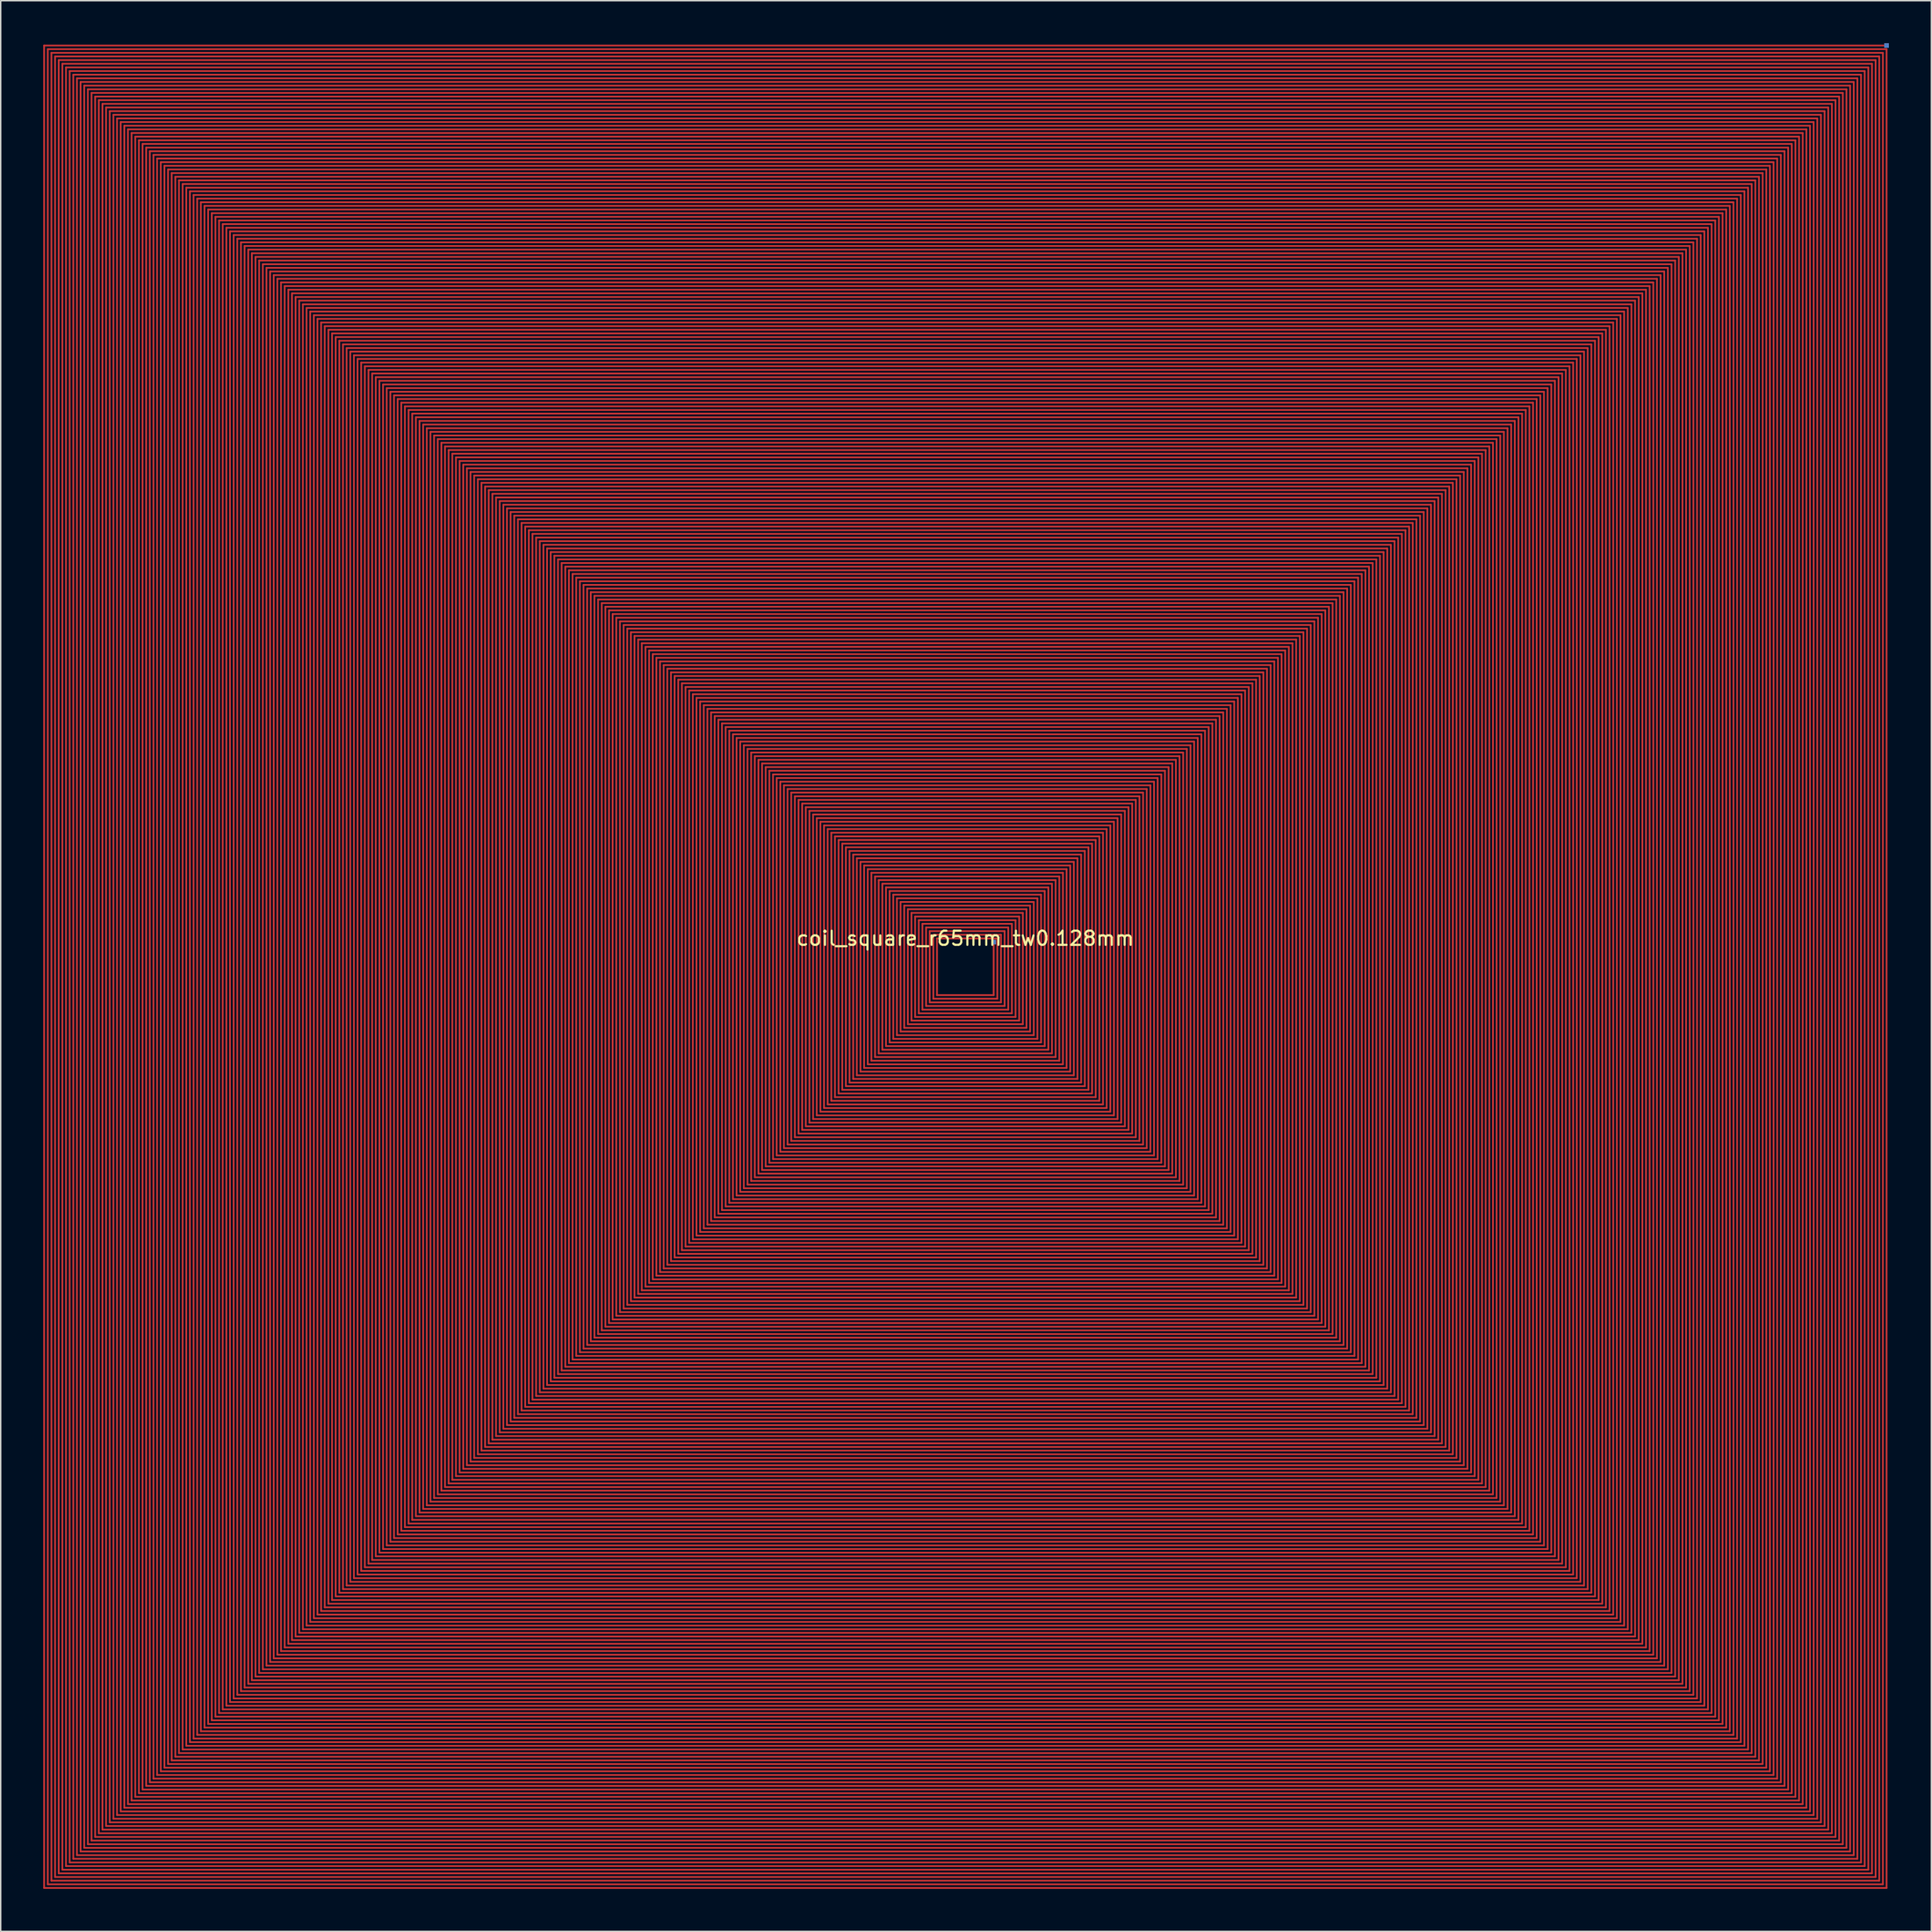
<source format=kicad_pcb>
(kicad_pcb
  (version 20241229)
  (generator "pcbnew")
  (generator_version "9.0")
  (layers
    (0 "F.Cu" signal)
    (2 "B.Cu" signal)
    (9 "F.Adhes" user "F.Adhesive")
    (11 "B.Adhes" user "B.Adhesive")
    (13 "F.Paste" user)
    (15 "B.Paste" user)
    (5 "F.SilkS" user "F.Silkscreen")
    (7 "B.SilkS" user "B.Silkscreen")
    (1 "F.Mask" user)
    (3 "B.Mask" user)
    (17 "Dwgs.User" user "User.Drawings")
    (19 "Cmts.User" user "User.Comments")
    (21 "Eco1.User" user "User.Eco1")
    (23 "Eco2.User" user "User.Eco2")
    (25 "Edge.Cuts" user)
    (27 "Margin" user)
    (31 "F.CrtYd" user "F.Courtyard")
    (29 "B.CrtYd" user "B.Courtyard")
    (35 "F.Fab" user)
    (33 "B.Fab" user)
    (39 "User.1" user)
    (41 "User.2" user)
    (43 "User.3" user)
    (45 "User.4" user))
  (footprint "coil_square_r65mm_tw0.128mm"
    (layer "F.Cu")
    (at 65.064 65.163)
    (property "Reference" "coil_square_r65mm_tw0.128mm" (at 0 -2 0) (layer "F.SilkS") (effects (font (size 1 1) (thickness 0.15))))
    (attr through_hole)
    (fp_line (start -65 -65) (end -65 65) (stroke (width 0.128) (type solid)) (layer "F.Cu"))
    (fp_line (start -65 65) (end 65 65) (stroke (width 0.128) (type solid)) (layer "F.Cu"))
    (fp_line (start -64.743 -64.743) (end -64.743 64.743) (stroke (width 0.128) (type solid)) (layer "F.Cu"))
    (fp_line (start -64.743 64.743) (end 64.743 64.743) (stroke (width 0.128) (type solid)) (layer "F.Cu"))
    (fp_line (start -64.486 -64.486) (end -64.486 64.486) (stroke (width 0.128) (type solid)) (layer "F.Cu"))
    (fp_line (start -64.486 64.486) (end 64.486 64.486) (stroke (width 0.128) (type solid)) (layer "F.Cu"))
    (fp_line (start -64.229 -64.229) (end -64.229 64.229) (stroke (width 0.128) (type solid)) (layer "F.Cu"))
    (fp_line (start -64.229 64.229) (end 64.229 64.229) (stroke (width 0.128) (type solid)) (layer "F.Cu"))
    (fp_line (start -63.971 -63.971) (end -63.971 63.971) (stroke (width 0.128) (type solid)) (layer "F.Cu"))
    (fp_line (start -63.971 63.971) (end 63.971 63.971) (stroke (width 0.128) (type solid)) (layer "F.Cu"))
    (fp_line (start -63.714 -63.714) (end -63.714 63.714) (stroke (width 0.128) (type solid)) (layer "F.Cu"))
    (fp_line (start -63.714 63.714) (end 63.714 63.714) (stroke (width 0.128) (type solid)) (layer "F.Cu"))
    (fp_line (start -63.457 -63.457) (end -63.457 63.457) (stroke (width 0.128) (type solid)) (layer "F.Cu"))
    (fp_line (start -63.457 63.457) (end 63.457 63.457) (stroke (width 0.128) (type solid)) (layer "F.Cu"))
    (fp_line (start -63.2 -63.2) (end -63.2 63.2) (stroke (width 0.128) (type solid)) (layer "F.Cu"))
    (fp_line (start -63.2 63.2) (end 63.2 63.2) (stroke (width 0.128) (type solid)) (layer "F.Cu"))
    (fp_line (start -62.943 -62.943) (end -62.943 62.943) (stroke (width 0.128) (type solid)) (layer "F.Cu"))
    (fp_line (start -62.943 62.943) (end 62.943 62.943) (stroke (width 0.128) (type solid)) (layer "F.Cu"))
    (fp_line (start -62.686 -62.686) (end -62.686 62.686) (stroke (width 0.128) (type solid)) (layer "F.Cu"))
    (fp_line (start -62.686 62.686) (end 62.686 62.686) (stroke (width 0.128) (type solid)) (layer "F.Cu"))
    (fp_line (start -62.429 -62.429) (end -62.429 62.429) (stroke (width 0.128) (type solid)) (layer "F.Cu"))
    (fp_line (start -62.429 62.429) (end 62.429 62.429) (stroke (width 0.128) (type solid)) (layer "F.Cu"))
    (fp_line (start -62.171 -62.171) (end -62.171 62.171) (stroke (width 0.128) (type solid)) (layer "F.Cu"))
    (fp_line (start -62.171 62.171) (end 62.171 62.171) (stroke (width 0.128) (type solid)) (layer "F.Cu"))
    (fp_line (start -61.914 -61.914) (end -61.914 61.914) (stroke (width 0.128) (type solid)) (layer "F.Cu"))
    (fp_line (start -61.914 61.914) (end 61.914 61.914) (stroke (width 0.128) (type solid)) (layer "F.Cu"))
    (fp_line (start -61.657 -61.657) (end -61.657 61.657) (stroke (width 0.128) (type solid)) (layer "F.Cu"))
    (fp_line (start -61.657 61.657) (end 61.657 61.657) (stroke (width 0.128) (type solid)) (layer "F.Cu"))
    (fp_line (start -61.4 -61.4) (end -61.4 61.4) (stroke (width 0.128) (type solid)) (layer "F.Cu"))
    (fp_line (start -61.4 61.4) (end 61.4 61.4) (stroke (width 0.128) (type solid)) (layer "F.Cu"))
    (fp_line (start -61.143 -61.143) (end -61.143 61.143) (stroke (width 0.128) (type solid)) (layer "F.Cu"))
    (fp_line (start -61.143 61.143) (end 61.143 61.143) (stroke (width 0.128) (type solid)) (layer "F.Cu"))
    (fp_line (start -60.886 -60.886) (end -60.886 60.886) (stroke (width 0.128) (type solid)) (layer "F.Cu"))
    (fp_line (start -60.886 60.886) (end 60.886 60.886) (stroke (width 0.128) (type solid)) (layer "F.Cu"))
    (fp_line (start -60.629 -60.629) (end -60.629 60.629) (stroke (width 0.128) (type solid)) (layer "F.Cu"))
    (fp_line (start -60.629 60.629) (end 60.629 60.629) (stroke (width 0.128) (type solid)) (layer "F.Cu"))
    (fp_line (start -60.371 -60.371) (end -60.371 60.371) (stroke (width 0.128) (type solid)) (layer "F.Cu"))
    (fp_line (start -60.371 60.371) (end 60.371 60.371) (stroke (width 0.128) (type solid)) (layer "F.Cu"))
    (fp_line (start -60.114 -60.114) (end -60.114 60.114) (stroke (width 0.128) (type solid)) (layer "F.Cu"))
    (fp_line (start -60.114 60.114) (end 60.114 60.114) (stroke (width 0.128) (type solid)) (layer "F.Cu"))
    (fp_line (start -59.857 -59.857) (end -59.857 59.857) (stroke (width 0.128) (type solid)) (layer "F.Cu"))
    (fp_line (start -59.857 59.857) (end 59.857 59.857) (stroke (width 0.128) (type solid)) (layer "F.Cu"))
    (fp_line (start -59.6 -59.6) (end -59.6 59.6) (stroke (width 0.128) (type solid)) (layer "F.Cu"))
    (fp_line (start -59.6 59.6) (end 59.6 59.6) (stroke (width 0.128) (type solid)) (layer "F.Cu"))
    (fp_line (start -59.343 -59.343) (end -59.343 59.343) (stroke (width 0.128) (type solid)) (layer "F.Cu"))
    (fp_line (start -59.343 59.343) (end 59.343 59.343) (stroke (width 0.128) (type solid)) (layer "F.Cu"))
    (fp_line (start -59.086 -59.086) (end -59.086 59.086) (stroke (width 0.128) (type solid)) (layer "F.Cu"))
    (fp_line (start -59.086 59.086) (end 59.086 59.086) (stroke (width 0.128) (type solid)) (layer "F.Cu"))
    (fp_line (start -58.829 -58.829) (end -58.829 58.829) (stroke (width 0.128) (type solid)) (layer "F.Cu"))
    (fp_line (start -58.829 58.829) (end 58.829 58.829) (stroke (width 0.128) (type solid)) (layer "F.Cu"))
    (fp_line (start -58.571 -58.571) (end -58.571 58.571) (stroke (width 0.128) (type solid)) (layer "F.Cu"))
    (fp_line (start -58.571 58.571) (end 58.571 58.571) (stroke (width 0.128) (type solid)) (layer "F.Cu"))
    (fp_line (start -58.314 -58.314) (end -58.314 58.314) (stroke (width 0.128) (type solid)) (layer "F.Cu"))
    (fp_line (start -58.314 58.314) (end 58.314 58.314) (stroke (width 0.128) (type solid)) (layer "F.Cu"))
    (fp_line (start -58.057 -58.057) (end -58.057 58.057) (stroke (width 0.128) (type solid)) (layer "F.Cu"))
    (fp_line (start -58.057 58.057) (end 58.057 58.057) (stroke (width 0.128) (type solid)) (layer "F.Cu"))
    (fp_line (start -57.8 -57.8) (end -57.8 57.8) (stroke (width 0.128) (type solid)) (layer "F.Cu"))
    (fp_line (start -57.8 57.8) (end 57.8 57.8) (stroke (width 0.128) (type solid)) (layer "F.Cu"))
    (fp_line (start -57.543 -57.543) (end -57.543 57.543) (stroke (width 0.128) (type solid)) (layer "F.Cu"))
    (fp_line (start -57.543 57.543) (end 57.543 57.543) (stroke (width 0.128) (type solid)) (layer "F.Cu"))
    (fp_line (start -57.286 -57.286) (end -57.286 57.286) (stroke (width 0.128) (type solid)) (layer "F.Cu"))
    (fp_line (start -57.286 57.286) (end 57.286 57.286) (stroke (width 0.128) (type solid)) (layer "F.Cu"))
    (fp_line (start -57.029 -57.029) (end -57.029 57.029) (stroke (width 0.128) (type solid)) (layer "F.Cu"))
    (fp_line (start -57.029 57.029) (end 57.029 57.029) (stroke (width 0.128) (type solid)) (layer "F.Cu"))
    (fp_line (start -56.771 -56.771) (end -56.771 56.771) (stroke (width 0.128) (type solid)) (layer "F.Cu"))
    (fp_line (start -56.771 56.771) (end 56.771 56.771) (stroke (width 0.128) (type solid)) (layer "F.Cu"))
    (fp_line (start -56.514 -56.514) (end -56.514 56.514) (stroke (width 0.128) (type solid)) (layer "F.Cu"))
    (fp_line (start -56.514 56.514) (end 56.514 56.514) (stroke (width 0.128) (type solid)) (layer "F.Cu"))
    (fp_line (start -56.257 -56.257) (end -56.257 56.257) (stroke (width 0.128) (type solid)) (layer "F.Cu"))
    (fp_line (start -56.257 56.257) (end 56.257 56.257) (stroke (width 0.128) (type solid)) (layer "F.Cu"))
    (fp_line (start -56 -56) (end -56 56) (stroke (width 0.128) (type solid)) (layer "F.Cu"))
    (fp_line (start -56 56) (end 56 56) (stroke (width 0.128) (type solid)) (layer "F.Cu"))
    (fp_line (start -55.743 -55.743) (end -55.743 55.743) (stroke (width 0.128) (type solid)) (layer "F.Cu"))
    (fp_line (start -55.743 55.743) (end 55.743 55.743) (stroke (width 0.128) (type solid)) (layer "F.Cu"))
    (fp_line (start -55.486 -55.486) (end -55.486 55.486) (stroke (width 0.128) (type solid)) (layer "F.Cu"))
    (fp_line (start -55.486 55.486) (end 55.486 55.486) (stroke (width 0.128) (type solid)) (layer "F.Cu"))
    (fp_line (start -55.229 -55.229) (end -55.229 55.229) (stroke (width 0.128) (type solid)) (layer "F.Cu"))
    (fp_line (start -55.229 55.229) (end 55.229 55.229) (stroke (width 0.128) (type solid)) (layer "F.Cu"))
    (fp_line (start -54.971 -54.971) (end -54.971 54.971) (stroke (width 0.128) (type solid)) (layer "F.Cu"))
    (fp_line (start -54.971 54.971) (end 54.971 54.971) (stroke (width 0.128) (type solid)) (layer "F.Cu"))
    (fp_line (start -54.714 -54.714) (end -54.714 54.714) (stroke (width 0.128) (type solid)) (layer "F.Cu"))
    (fp_line (start -54.714 54.714) (end 54.714 54.714) (stroke (width 0.128) (type solid)) (layer "F.Cu"))
    (fp_line (start -54.457 -54.457) (end -54.457 54.457) (stroke (width 0.128) (type solid)) (layer "F.Cu"))
    (fp_line (start -54.457 54.457) (end 54.457 54.457) (stroke (width 0.128) (type solid)) (layer "F.Cu"))
    (fp_line (start -54.2 -54.2) (end -54.2 54.2) (stroke (width 0.128) (type solid)) (layer "F.Cu"))
    (fp_line (start -54.2 54.2) (end 54.2 54.2) (stroke (width 0.128) (type solid)) (layer "F.Cu"))
    (fp_line (start -53.943 -53.943) (end -53.943 53.943) (stroke (width 0.128) (type solid)) (layer "F.Cu"))
    (fp_line (start -53.943 53.943) (end 53.943 53.943) (stroke (width 0.128) (type solid)) (layer "F.Cu"))
    (fp_line (start -53.686 -53.686) (end -53.686 53.686) (stroke (width 0.128) (type solid)) (layer "F.Cu"))
    (fp_line (start -53.686 53.686) (end 53.686 53.686) (stroke (width 0.128) (type solid)) (layer "F.Cu"))
    (fp_line (start -53.429 -53.429) (end -53.429 53.429) (stroke (width 0.128) (type solid)) (layer "F.Cu"))
    (fp_line (start -53.429 53.429) (end 53.429 53.429) (stroke (width 0.128) (type solid)) (layer "F.Cu"))
    (fp_line (start -53.171 -53.171) (end -53.171 53.171) (stroke (width 0.128) (type solid)) (layer "F.Cu"))
    (fp_line (start -53.171 53.171) (end 53.171 53.171) (stroke (width 0.128) (type solid)) (layer "F.Cu"))
    (fp_line (start -52.914 -52.914) (end -52.914 52.914) (stroke (width 0.128) (type solid)) (layer "F.Cu"))
    (fp_line (start -52.914 52.914) (end 52.914 52.914) (stroke (width 0.128) (type solid)) (layer "F.Cu"))
    (fp_line (start -52.657 -52.657) (end -52.657 52.657) (stroke (width 0.128) (type solid)) (layer "F.Cu"))
    (fp_line (start -52.657 52.657) (end 52.657 52.657) (stroke (width 0.128) (type solid)) (layer "F.Cu"))
    (fp_line (start -52.4 -52.4) (end -52.4 52.4) (stroke (width 0.128) (type solid)) (layer "F.Cu"))
    (fp_line (start -52.4 52.4) (end 52.4 52.4) (stroke (width 0.128) (type solid)) (layer "F.Cu"))
    (fp_line (start -52.143 -52.143) (end -52.143 52.143) (stroke (width 0.128) (type solid)) (layer "F.Cu"))
    (fp_line (start -52.143 52.143) (end 52.143 52.143) (stroke (width 0.128) (type solid)) (layer "F.Cu"))
    (fp_line (start -51.886 -51.886) (end -51.886 51.886) (stroke (width 0.128) (type solid)) (layer "F.Cu"))
    (fp_line (start -51.886 51.886) (end 51.886 51.886) (stroke (width 0.128) (type solid)) (layer "F.Cu"))
    (fp_line (start -51.629 -51.629) (end -51.629 51.629) (stroke (width 0.128) (type solid)) (layer "F.Cu"))
    (fp_line (start -51.629 51.629) (end 51.629 51.629) (stroke (width 0.128) (type solid)) (layer "F.Cu"))
    (fp_line (start -51.371 -51.371) (end -51.371 51.371) (stroke (width 0.128) (type solid)) (layer "F.Cu"))
    (fp_line (start -51.371 51.371) (end 51.371 51.371) (stroke (width 0.128) (type solid)) (layer "F.Cu"))
    (fp_line (start -51.114 -51.114) (end -51.114 51.114) (stroke (width 0.128) (type solid)) (layer "F.Cu"))
    (fp_line (start -51.114 51.114) (end 51.114 51.114) (stroke (width 0.128) (type solid)) (layer "F.Cu"))
    (fp_line (start -50.857 -50.857) (end -50.857 50.857) (stroke (width 0.128) (type solid)) (layer "F.Cu"))
    (fp_line (start -50.857 50.857) (end 50.857 50.857) (stroke (width 0.128) (type solid)) (layer "F.Cu"))
    (fp_line (start -50.6 -50.6) (end -50.6 50.6) (stroke (width 0.128) (type solid)) (layer "F.Cu"))
    (fp_line (start -50.6 50.6) (end 50.6 50.6) (stroke (width 0.128) (type solid)) (layer "F.Cu"))
    (fp_line (start -50.343 -50.343) (end -50.343 50.343) (stroke (width 0.128) (type solid)) (layer "F.Cu"))
    (fp_line (start -50.343 50.343) (end 50.343 50.343) (stroke (width 0.128) (type solid)) (layer "F.Cu"))
    (fp_line (start -50.086 -50.086) (end -50.086 50.086) (stroke (width 0.128) (type solid)) (layer "F.Cu"))
    (fp_line (start -50.086 50.086) (end 50.086 50.086) (stroke (width 0.128) (type solid)) (layer "F.Cu"))
    (fp_line (start -49.829 -49.829) (end -49.829 49.829) (stroke (width 0.128) (type solid)) (layer "F.Cu"))
    (fp_line (start -49.829 49.829) (end 49.829 49.829) (stroke (width 0.128) (type solid)) (layer "F.Cu"))
    (fp_line (start -49.571 -49.571) (end -49.571 49.571) (stroke (width 0.128) (type solid)) (layer "F.Cu"))
    (fp_line (start -49.571 49.571) (end 49.571 49.571) (stroke (width 0.128) (type solid)) (layer "F.Cu"))
    (fp_line (start -49.314 -49.314) (end -49.314 49.314) (stroke (width 0.128) (type solid)) (layer "F.Cu"))
    (fp_line (start -49.314 49.314) (end 49.314 49.314) (stroke (width 0.128) (type solid)) (layer "F.Cu"))
    (fp_line (start -49.057 -49.057) (end -49.057 49.057) (stroke (width 0.128) (type solid)) (layer "F.Cu"))
    (fp_line (start -49.057 49.057) (end 49.057 49.057) (stroke (width 0.128) (type solid)) (layer "F.Cu"))
    (fp_line (start -48.8 -48.8) (end -48.8 48.8) (stroke (width 0.128) (type solid)) (layer "F.Cu"))
    (fp_line (start -48.8 48.8) (end 48.8 48.8) (stroke (width 0.128) (type solid)) (layer "F.Cu"))
    (fp_line (start -48.543 -48.543) (end -48.543 48.543) (stroke (width 0.128) (type solid)) (layer "F.Cu"))
    (fp_line (start -48.543 48.543) (end 48.543 48.543) (stroke (width 0.128) (type solid)) (layer "F.Cu"))
    (fp_line (start -48.286 -48.286) (end -48.286 48.286) (stroke (width 0.128) (type solid)) (layer "F.Cu"))
    (fp_line (start -48.286 48.286) (end 48.286 48.286) (stroke (width 0.128) (type solid)) (layer "F.Cu"))
    (fp_line (start -48.029 -48.029) (end -48.029 48.029) (stroke (width 0.128) (type solid)) (layer "F.Cu"))
    (fp_line (start -48.029 48.029) (end 48.029 48.029) (stroke (width 0.128) (type solid)) (layer "F.Cu"))
    (fp_line (start -47.771 -47.771) (end -47.771 47.771) (stroke (width 0.128) (type solid)) (layer "F.Cu"))
    (fp_line (start -47.771 47.771) (end 47.771 47.771) (stroke (width 0.128) (type solid)) (layer "F.Cu"))
    (fp_line (start -47.514 -47.514) (end -47.514 47.514) (stroke (width 0.128) (type solid)) (layer "F.Cu"))
    (fp_line (start -47.514 47.514) (end 47.514 47.514) (stroke (width 0.128) (type solid)) (layer "F.Cu"))
    (fp_line (start -47.257 -47.257) (end -47.257 47.257) (stroke (width 0.128) (type solid)) (layer "F.Cu"))
    (fp_line (start -47.257 47.257) (end 47.257 47.257) (stroke (width 0.128) (type solid)) (layer "F.Cu"))
    (fp_line (start -47 -47) (end -47 47) (stroke (width 0.128) (type solid)) (layer "F.Cu"))
    (fp_line (start -47 47) (end 47 47) (stroke (width 0.128) (type solid)) (layer "F.Cu"))
    (fp_line (start -46.743 -46.743) (end -46.743 46.743) (stroke (width 0.128) (type solid)) (layer "F.Cu"))
    (fp_line (start -46.743 46.743) (end 46.743 46.743) (stroke (width 0.128) (type solid)) (layer "F.Cu"))
    (fp_line (start -46.486 -46.486) (end -46.486 46.486) (stroke (width 0.128) (type solid)) (layer "F.Cu"))
    (fp_line (start -46.486 46.486) (end 46.486 46.486) (stroke (width 0.128) (type solid)) (layer "F.Cu"))
    (fp_line (start -46.229 -46.229) (end -46.229 46.229) (stroke (width 0.128) (type solid)) (layer "F.Cu"))
    (fp_line (start -46.229 46.229) (end 46.229 46.229) (stroke (width 0.128) (type solid)) (layer "F.Cu"))
    (fp_line (start -45.971 -45.971) (end -45.971 45.971) (stroke (width 0.128) (type solid)) (layer "F.Cu"))
    (fp_line (start -45.971 45.971) (end 45.971 45.971) (stroke (width 0.128) (type solid)) (layer "F.Cu"))
    (fp_line (start -45.714 -45.714) (end -45.714 45.714) (stroke (width 0.128) (type solid)) (layer "F.Cu"))
    (fp_line (start -45.714 45.714) (end 45.714 45.714) (stroke (width 0.128) (type solid)) (layer "F.Cu"))
    (fp_line (start -45.457 -45.457) (end -45.457 45.457) (stroke (width 0.128) (type solid)) (layer "F.Cu"))
    (fp_line (start -45.457 45.457) (end 45.457 45.457) (stroke (width 0.128) (type solid)) (layer "F.Cu"))
    (fp_line (start -45.2 -45.2) (end -45.2 45.2) (stroke (width 0.128) (type solid)) (layer "F.Cu"))
    (fp_line (start -45.2 45.2) (end 45.2 45.2) (stroke (width 0.128) (type solid)) (layer "F.Cu"))
    (fp_line (start -44.943 -44.943) (end -44.943 44.943) (stroke (width 0.128) (type solid)) (layer "F.Cu"))
    (fp_line (start -44.943 44.943) (end 44.943 44.943) (stroke (width 0.128) (type solid)) (layer "F.Cu"))
    (fp_line (start -44.686 -44.686) (end -44.686 44.686) (stroke (width 0.128) (type solid)) (layer "F.Cu"))
    (fp_line (start -44.686 44.686) (end 44.686 44.686) (stroke (width 0.128) (type solid)) (layer "F.Cu"))
    (fp_line (start -44.429 -44.429) (end -44.429 44.429) (stroke (width 0.128) (type solid)) (layer "F.Cu"))
    (fp_line (start -44.429 44.429) (end 44.429 44.429) (stroke (width 0.128) (type solid)) (layer "F.Cu"))
    (fp_line (start -44.171 -44.171) (end -44.171 44.171) (stroke (width 0.128) (type solid)) (layer "F.Cu"))
    (fp_line (start -44.171 44.171) (end 44.171 44.171) (stroke (width 0.128) (type solid)) (layer "F.Cu"))
    (fp_line (start -43.914 -43.914) (end -43.914 43.914) (stroke (width 0.128) (type solid)) (layer "F.Cu"))
    (fp_line (start -43.914 43.914) (end 43.914 43.914) (stroke (width 0.128) (type solid)) (layer "F.Cu"))
    (fp_line (start -43.657 -43.657) (end -43.657 43.657) (stroke (width 0.128) (type solid)) (layer "F.Cu"))
    (fp_line (start -43.657 43.657) (end 43.657 43.657) (stroke (width 0.128) (type solid)) (layer "F.Cu"))
    (fp_line (start -43.4 -43.4) (end -43.4 43.4) (stroke (width 0.128) (type solid)) (layer "F.Cu"))
    (fp_line (start -43.4 43.4) (end 43.4 43.4) (stroke (width 0.128) (type solid)) (layer "F.Cu"))
    (fp_line (start -43.143 -43.143) (end -43.143 43.143) (stroke (width 0.128) (type solid)) (layer "F.Cu"))
    (fp_line (start -43.143 43.143) (end 43.143 43.143) (stroke (width 0.128) (type solid)) (layer "F.Cu"))
    (fp_line (start -42.886 -42.886) (end -42.886 42.886) (stroke (width 0.128) (type solid)) (layer "F.Cu"))
    (fp_line (start -42.886 42.886) (end 42.886 42.886) (stroke (width 0.128) (type solid)) (layer "F.Cu"))
    (fp_line (start -42.629 -42.629) (end -42.629 42.629) (stroke (width 0.128) (type solid)) (layer "F.Cu"))
    (fp_line (start -42.629 42.629) (end 42.629 42.629) (stroke (width 0.128) (type solid)) (layer "F.Cu"))
    (fp_line (start -42.371 -42.371) (end -42.371 42.371) (stroke (width 0.128) (type solid)) (layer "F.Cu"))
    (fp_line (start -42.371 42.371) (end 42.371 42.371) (stroke (width 0.128) (type solid)) (layer "F.Cu"))
    (fp_line (start -42.114 -42.114) (end -42.114 42.114) (stroke (width 0.128) (type solid)) (layer "F.Cu"))
    (fp_line (start -42.114 42.114) (end 42.114 42.114) (stroke (width 0.128) (type solid)) (layer "F.Cu"))
    (fp_line (start -41.857 -41.857) (end -41.857 41.857) (stroke (width 0.128) (type solid)) (layer "F.Cu"))
    (fp_line (start -41.857 41.857) (end 41.857 41.857) (stroke (width 0.128) (type solid)) (layer "F.Cu"))
    (fp_line (start -41.6 -41.6) (end -41.6 41.6) (stroke (width 0.128) (type solid)) (layer "F.Cu"))
    (fp_line (start -41.6 41.6) (end 41.6 41.6) (stroke (width 0.128) (type solid)) (layer "F.Cu"))
    (fp_line (start -41.343 -41.343) (end -41.343 41.343) (stroke (width 0.128) (type solid)) (layer "F.Cu"))
    (fp_line (start -41.343 41.343) (end 41.343 41.343) (stroke (width 0.128) (type solid)) (layer "F.Cu"))
    (fp_line (start -41.086 -41.086) (end -41.086 41.086) (stroke (width 0.128) (type solid)) (layer "F.Cu"))
    (fp_line (start -41.086 41.086) (end 41.086 41.086) (stroke (width 0.128) (type solid)) (layer "F.Cu"))
    (fp_line (start -40.829 -40.829) (end -40.829 40.829) (stroke (width 0.128) (type solid)) (layer "F.Cu"))
    (fp_line (start -40.829 40.829) (end 40.829 40.829) (stroke (width 0.128) (type solid)) (layer "F.Cu"))
    (fp_line (start -40.571 -40.571) (end -40.571 40.571) (stroke (width 0.128) (type solid)) (layer "F.Cu"))
    (fp_line (start -40.571 40.571) (end 40.571 40.571) (stroke (width 0.128) (type solid)) (layer "F.Cu"))
    (fp_line (start -40.314 -40.314) (end -40.314 40.314) (stroke (width 0.128) (type solid)) (layer "F.Cu"))
    (fp_line (start -40.314 40.314) (end 40.314 40.314) (stroke (width 0.128) (type solid)) (layer "F.Cu"))
    (fp_line (start -40.057 -40.057) (end -40.057 40.057) (stroke (width 0.128) (type solid)) (layer "F.Cu"))
    (fp_line (start -40.057 40.057) (end 40.057 40.057) (stroke (width 0.128) (type solid)) (layer "F.Cu"))
    (fp_line (start -39.8 -39.8) (end -39.8 39.8) (stroke (width 0.128) (type solid)) (layer "F.Cu"))
    (fp_line (start -39.8 39.8) (end 39.8 39.8) (stroke (width 0.128) (type solid)) (layer "F.Cu"))
    (fp_line (start -39.543 -39.543) (end -39.543 39.543) (stroke (width 0.128) (type solid)) (layer "F.Cu"))
    (fp_line (start -39.543 39.543) (end 39.543 39.543) (stroke (width 0.128) (type solid)) (layer "F.Cu"))
    (fp_line (start -39.286 -39.286) (end -39.286 39.286) (stroke (width 0.128) (type solid)) (layer "F.Cu"))
    (fp_line (start -39.286 39.286) (end 39.286 39.286) (stroke (width 0.128) (type solid)) (layer "F.Cu"))
    (fp_line (start -39.029 -39.029) (end -39.029 39.029) (stroke (width 0.128) (type solid)) (layer "F.Cu"))
    (fp_line (start -39.029 39.029) (end 39.029 39.029) (stroke (width 0.128) (type solid)) (layer "F.Cu"))
    (fp_line (start -38.771 -38.771) (end -38.771 38.771) (stroke (width 0.128) (type solid)) (layer "F.Cu"))
    (fp_line (start -38.771 38.771) (end 38.771 38.771) (stroke (width 0.128) (type solid)) (layer "F.Cu"))
    (fp_line (start -38.514 -38.514) (end -38.514 38.514) (stroke (width 0.128) (type solid)) (layer "F.Cu"))
    (fp_line (start -38.514 38.514) (end 38.514 38.514) (stroke (width 0.128) (type solid)) (layer "F.Cu"))
    (fp_line (start -38.257 -38.257) (end -38.257 38.257) (stroke (width 0.128) (type solid)) (layer "F.Cu"))
    (fp_line (start -38.257 38.257) (end 38.257 38.257) (stroke (width 0.128) (type solid)) (layer "F.Cu"))
    (fp_line (start -38 -38) (end -38 38) (stroke (width 0.128) (type solid)) (layer "F.Cu"))
    (fp_line (start -38 38) (end 38 38) (stroke (width 0.128) (type solid)) (layer "F.Cu"))
    (fp_line (start -37.743 -37.743) (end -37.743 37.743) (stroke (width 0.128) (type solid)) (layer "F.Cu"))
    (fp_line (start -37.743 37.743) (end 37.743 37.743) (stroke (width 0.128) (type solid)) (layer "F.Cu"))
    (fp_line (start -37.486 -37.486) (end -37.486 37.486) (stroke (width 0.128) (type solid)) (layer "F.Cu"))
    (fp_line (start -37.486 37.486) (end 37.486 37.486) (stroke (width 0.128) (type solid)) (layer "F.Cu"))
    (fp_line (start -37.229 -37.229) (end -37.229 37.229) (stroke (width 0.128) (type solid)) (layer "F.Cu"))
    (fp_line (start -37.229 37.229) (end 37.229 37.229) (stroke (width 0.128) (type solid)) (layer "F.Cu"))
    (fp_line (start -36.971 -36.971) (end -36.971 36.971) (stroke (width 0.128) (type solid)) (layer "F.Cu"))
    (fp_line (start -36.971 36.971) (end 36.971 36.971) (stroke (width 0.128) (type solid)) (layer "F.Cu"))
    (fp_line (start -36.714 -36.714) (end -36.714 36.714) (stroke (width 0.128) (type solid)) (layer "F.Cu"))
    (fp_line (start -36.714 36.714) (end 36.714 36.714) (stroke (width 0.128) (type solid)) (layer "F.Cu"))
    (fp_line (start -36.457 -36.457) (end -36.457 36.457) (stroke (width 0.128) (type solid)) (layer "F.Cu"))
    (fp_line (start -36.457 36.457) (end 36.457 36.457) (stroke (width 0.128) (type solid)) (layer "F.Cu"))
    (fp_line (start -36.2 -36.2) (end -36.2 36.2) (stroke (width 0.128) (type solid)) (layer "F.Cu"))
    (fp_line (start -36.2 36.2) (end 36.2 36.2) (stroke (width 0.128) (type solid)) (layer "F.Cu"))
    (fp_line (start -35.943 -35.943) (end -35.943 35.943) (stroke (width 0.128) (type solid)) (layer "F.Cu"))
    (fp_line (start -35.943 35.943) (end 35.943 35.943) (stroke (width 0.128) (type solid)) (layer "F.Cu"))
    (fp_line (start -35.686 -35.686) (end -35.686 35.686) (stroke (width 0.128) (type solid)) (layer "F.Cu"))
    (fp_line (start -35.686 35.686) (end 35.686 35.686) (stroke (width 0.128) (type solid)) (layer "F.Cu"))
    (fp_line (start -35.429 -35.429) (end -35.429 35.429) (stroke (width 0.128) (type solid)) (layer "F.Cu"))
    (fp_line (start -35.429 35.429) (end 35.429 35.429) (stroke (width 0.128) (type solid)) (layer "F.Cu"))
    (fp_line (start -35.171 -35.171) (end -35.171 35.171) (stroke (width 0.128) (type solid)) (layer "F.Cu"))
    (fp_line (start -35.171 35.171) (end 35.171 35.171) (stroke (width 0.128) (type solid)) (layer "F.Cu"))
    (fp_line (start -34.914 -34.914) (end -34.914 34.914) (stroke (width 0.128) (type solid)) (layer "F.Cu"))
    (fp_line (start -34.914 34.914) (end 34.914 34.914) (stroke (width 0.128) (type solid)) (layer "F.Cu"))
    (fp_line (start -34.657 -34.657) (end -34.657 34.657) (stroke (width 0.128) (type solid)) (layer "F.Cu"))
    (fp_line (start -34.657 34.657) (end 34.657 34.657) (stroke (width 0.128) (type solid)) (layer "F.Cu"))
    (fp_line (start -34.4 -34.4) (end -34.4 34.4) (stroke (width 0.128) (type solid)) (layer "F.Cu"))
    (fp_line (start -34.4 34.4) (end 34.4 34.4) (stroke (width 0.128) (type solid)) (layer "F.Cu"))
    (fp_line (start -34.143 -34.143) (end -34.143 34.143) (stroke (width 0.128) (type solid)) (layer "F.Cu"))
    (fp_line (start -34.143 34.143) (end 34.143 34.143) (stroke (width 0.128) (type solid)) (layer "F.Cu"))
    (fp_line (start -33.886 -33.886) (end -33.886 33.886) (stroke (width 0.128) (type solid)) (layer "F.Cu"))
    (fp_line (start -33.886 33.886) (end 33.886 33.886) (stroke (width 0.128) (type solid)) (layer "F.Cu"))
    (fp_line (start -33.629 -33.629) (end -33.629 33.629) (stroke (width 0.128) (type solid)) (layer "F.Cu"))
    (fp_line (start -33.629 33.629) (end 33.629 33.629) (stroke (width 0.128) (type solid)) (layer "F.Cu"))
    (fp_line (start -33.371 -33.371) (end -33.371 33.371) (stroke (width 0.128) (type solid)) (layer "F.Cu"))
    (fp_line (start -33.371 33.371) (end 33.371 33.371) (stroke (width 0.128) (type solid)) (layer "F.Cu"))
    (fp_line (start -33.114 -33.114) (end -33.114 33.114) (stroke (width 0.128) (type solid)) (layer "F.Cu"))
    (fp_line (start -33.114 33.114) (end 33.114 33.114) (stroke (width 0.128) (type solid)) (layer "F.Cu"))
    (fp_line (start -32.857 -32.857) (end -32.857 32.857) (stroke (width 0.128) (type solid)) (layer "F.Cu"))
    (fp_line (start -32.857 32.857) (end 32.857 32.857) (stroke (width 0.128) (type solid)) (layer "F.Cu"))
    (fp_line (start -32.6 -32.6) (end -32.6 32.6) (stroke (width 0.128) (type solid)) (layer "F.Cu"))
    (fp_line (start -32.6 32.6) (end 32.6 32.6) (stroke (width 0.128) (type solid)) (layer "F.Cu"))
    (fp_line (start -32.343 -32.343) (end -32.343 32.343) (stroke (width 0.128) (type solid)) (layer "F.Cu"))
    (fp_line (start -32.343 32.343) (end 32.343 32.343) (stroke (width 0.128) (type solid)) (layer "F.Cu"))
    (fp_line (start -32.086 -32.086) (end -32.086 32.086) (stroke (width 0.128) (type solid)) (layer "F.Cu"))
    (fp_line (start -32.086 32.086) (end 32.086 32.086) (stroke (width 0.128) (type solid)) (layer "F.Cu"))
    (fp_line (start -31.829 -31.829) (end -31.829 31.829) (stroke (width 0.128) (type solid)) (layer "F.Cu"))
    (fp_line (start -31.829 31.829) (end 31.829 31.829) (stroke (width 0.128) (type solid)) (layer "F.Cu"))
    (fp_line (start -31.571 -31.571) (end -31.571 31.571) (stroke (width 0.128) (type solid)) (layer "F.Cu"))
    (fp_line (start -31.571 31.571) (end 31.571 31.571) (stroke (width 0.128) (type solid)) (layer "F.Cu"))
    (fp_line (start -31.314 -31.314) (end -31.314 31.314) (stroke (width 0.128) (type solid)) (layer "F.Cu"))
    (fp_line (start -31.314 31.314) (end 31.314 31.314) (stroke (width 0.128) (type solid)) (layer "F.Cu"))
    (fp_line (start -31.057 -31.057) (end -31.057 31.057) (stroke (width 0.128) (type solid)) (layer "F.Cu"))
    (fp_line (start -31.057 31.057) (end 31.057 31.057) (stroke (width 0.128) (type solid)) (layer "F.Cu"))
    (fp_line (start -30.8 -30.8) (end -30.8 30.8) (stroke (width 0.128) (type solid)) (layer "F.Cu"))
    (fp_line (start -30.8 30.8) (end 30.8 30.8) (stroke (width 0.128) (type solid)) (layer "F.Cu"))
    (fp_line (start -30.543 -30.543) (end -30.543 30.543) (stroke (width 0.128) (type solid)) (layer "F.Cu"))
    (fp_line (start -30.543 30.543) (end 30.543 30.543) (stroke (width 0.128) (type solid)) (layer "F.Cu"))
    (fp_line (start -30.286 -30.286) (end -30.286 30.286) (stroke (width 0.128) (type solid)) (layer "F.Cu"))
    (fp_line (start -30.286 30.286) (end 30.286 30.286) (stroke (width 0.128) (type solid)) (layer "F.Cu"))
    (fp_line (start -30.029 -30.029) (end -30.029 30.029) (stroke (width 0.128) (type solid)) (layer "F.Cu"))
    (fp_line (start -30.029 30.029) (end 30.029 30.029) (stroke (width 0.128) (type solid)) (layer "F.Cu"))
    (fp_line (start -29.771 -29.771) (end -29.771 29.771) (stroke (width 0.128) (type solid)) (layer "F.Cu"))
    (fp_line (start -29.771 29.771) (end 29.771 29.771) (stroke (width 0.128) (type solid)) (layer "F.Cu"))
    (fp_line (start -29.514 -29.514) (end -29.514 29.514) (stroke (width 0.128) (type solid)) (layer "F.Cu"))
    (fp_line (start -29.514 29.514) (end 29.514 29.514) (stroke (width 0.128) (type solid)) (layer "F.Cu"))
    (fp_line (start -29.257 -29.257) (end -29.257 29.257) (stroke (width 0.128) (type solid)) (layer "F.Cu"))
    (fp_line (start -29.257 29.257) (end 29.257 29.257) (stroke (width 0.128) (type solid)) (layer "F.Cu"))
    (fp_line (start -29 -29) (end -29 29) (stroke (width 0.128) (type solid)) (layer "F.Cu"))
    (fp_line (start -29 29) (end 29 29) (stroke (width 0.128) (type solid)) (layer "F.Cu"))
    (fp_line (start -28.743 -28.743) (end -28.743 28.743) (stroke (width 0.128) (type solid)) (layer "F.Cu"))
    (fp_line (start -28.743 28.743) (end 28.743 28.743) (stroke (width 0.128) (type solid)) (layer "F.Cu"))
    (fp_line (start -28.486 -28.486) (end -28.486 28.486) (stroke (width 0.128) (type solid)) (layer "F.Cu"))
    (fp_line (start -28.486 28.486) (end 28.486 28.486) (stroke (width 0.128) (type solid)) (layer "F.Cu"))
    (fp_line (start -28.229 -28.229) (end -28.229 28.229) (stroke (width 0.128) (type solid)) (layer "F.Cu"))
    (fp_line (start -28.229 28.229) (end 28.229 28.229) (stroke (width 0.128) (type solid)) (layer "F.Cu"))
    (fp_line (start -27.971 -27.971) (end -27.971 27.971) (stroke (width 0.128) (type solid)) (layer "F.Cu"))
    (fp_line (start -27.971 27.971) (end 27.971 27.971) (stroke (width 0.128) (type solid)) (layer "F.Cu"))
    (fp_line (start -27.714 -27.714) (end -27.714 27.714) (stroke (width 0.128) (type solid)) (layer "F.Cu"))
    (fp_line (start -27.714 27.714) (end 27.714 27.714) (stroke (width 0.128) (type solid)) (layer "F.Cu"))
    (fp_line (start -27.457 -27.457) (end -27.457 27.457) (stroke (width 0.128) (type solid)) (layer "F.Cu"))
    (fp_line (start -27.457 27.457) (end 27.457 27.457) (stroke (width 0.128) (type solid)) (layer "F.Cu"))
    (fp_line (start -27.2 -27.2) (end -27.2 27.2) (stroke (width 0.128) (type solid)) (layer "F.Cu"))
    (fp_line (start -27.2 27.2) (end 27.2 27.2) (stroke (width 0.128) (type solid)) (layer "F.Cu"))
    (fp_line (start -26.943 -26.943) (end -26.943 26.943) (stroke (width 0.128) (type solid)) (layer "F.Cu"))
    (fp_line (start -26.943 26.943) (end 26.943 26.943) (stroke (width 0.128) (type solid)) (layer "F.Cu"))
    (fp_line (start -26.686 -26.686) (end -26.686 26.686) (stroke (width 0.128) (type solid)) (layer "F.Cu"))
    (fp_line (start -26.686 26.686) (end 26.686 26.686) (stroke (width 0.128) (type solid)) (layer "F.Cu"))
    (fp_line (start -26.429 -26.429) (end -26.429 26.429) (stroke (width 0.128) (type solid)) (layer "F.Cu"))
    (fp_line (start -26.429 26.429) (end 26.429 26.429) (stroke (width 0.128) (type solid)) (layer "F.Cu"))
    (fp_line (start -26.171 -26.171) (end -26.171 26.171) (stroke (width 0.128) (type solid)) (layer "F.Cu"))
    (fp_line (start -26.171 26.171) (end 26.171 26.171) (stroke (width 0.128) (type solid)) (layer "F.Cu"))
    (fp_line (start -25.914 -25.914) (end -25.914 25.914) (stroke (width 0.128) (type solid)) (layer "F.Cu"))
    (fp_line (start -25.914 25.914) (end 25.914 25.914) (stroke (width 0.128) (type solid)) (layer "F.Cu"))
    (fp_line (start -25.657 -25.657) (end -25.657 25.657) (stroke (width 0.128) (type solid)) (layer "F.Cu"))
    (fp_line (start -25.657 25.657) (end 25.657 25.657) (stroke (width 0.128) (type solid)) (layer "F.Cu"))
    (fp_line (start -25.4 -25.4) (end -25.4 25.4) (stroke (width 0.128) (type solid)) (layer "F.Cu"))
    (fp_line (start -25.4 25.4) (end 25.4 25.4) (stroke (width 0.128) (type solid)) (layer "F.Cu"))
    (fp_line (start -25.143 -25.143) (end -25.143 25.143) (stroke (width 0.128) (type solid)) (layer "F.Cu"))
    (fp_line (start -25.143 25.143) (end 25.143 25.143) (stroke (width 0.128) (type solid)) (layer "F.Cu"))
    (fp_line (start -24.886 -24.886) (end -24.886 24.886) (stroke (width 0.128) (type solid)) (layer "F.Cu"))
    (fp_line (start -24.886 24.886) (end 24.886 24.886) (stroke (width 0.128) (type solid)) (layer "F.Cu"))
    (fp_line (start -24.629 -24.629) (end -24.629 24.629) (stroke (width 0.128) (type solid)) (layer "F.Cu"))
    (fp_line (start -24.629 24.629) (end 24.629 24.629) (stroke (width 0.128) (type solid)) (layer "F.Cu"))
    (fp_line (start -24.371 -24.371) (end -24.371 24.371) (stroke (width 0.128) (type solid)) (layer "F.Cu"))
    (fp_line (start -24.371 24.371) (end 24.371 24.371) (stroke (width 0.128) (type solid)) (layer "F.Cu"))
    (fp_line (start -24.114 -24.114) (end -24.114 24.114) (stroke (width 0.128) (type solid)) (layer "F.Cu"))
    (fp_line (start -24.114 24.114) (end 24.114 24.114) (stroke (width 0.128) (type solid)) (layer "F.Cu"))
    (fp_line (start -23.857 -23.857) (end -23.857 23.857) (stroke (width 0.128) (type solid)) (layer "F.Cu"))
    (fp_line (start -23.857 23.857) (end 23.857 23.857) (stroke (width 0.128) (type solid)) (layer "F.Cu"))
    (fp_line (start -23.6 -23.6) (end -23.6 23.6) (stroke (width 0.128) (type solid)) (layer "F.Cu"))
    (fp_line (start -23.6 23.6) (end 23.6 23.6) (stroke (width 0.128) (type solid)) (layer "F.Cu"))
    (fp_line (start -23.343 -23.343) (end -23.343 23.343) (stroke (width 0.128) (type solid)) (layer "F.Cu"))
    (fp_line (start -23.343 23.343) (end 23.343 23.343) (stroke (width 0.128) (type solid)) (layer "F.Cu"))
    (fp_line (start -23.086 -23.086) (end -23.086 23.086) (stroke (width 0.128) (type solid)) (layer "F.Cu"))
    (fp_line (start -23.086 23.086) (end 23.086 23.086) (stroke (width 0.128) (type solid)) (layer "F.Cu"))
    (fp_line (start -22.829 -22.829) (end -22.829 22.829) (stroke (width 0.128) (type solid)) (layer "F.Cu"))
    (fp_line (start -22.829 22.829) (end 22.829 22.829) (stroke (width 0.128) (type solid)) (layer "F.Cu"))
    (fp_line (start -22.571 -22.571) (end -22.571 22.571) (stroke (width 0.128) (type solid)) (layer "F.Cu"))
    (fp_line (start -22.571 22.571) (end 22.571 22.571) (stroke (width 0.128) (type solid)) (layer "F.Cu"))
    (fp_line (start -22.314 -22.314) (end -22.314 22.314) (stroke (width 0.128) (type solid)) (layer "F.Cu"))
    (fp_line (start -22.314 22.314) (end 22.314 22.314) (stroke (width 0.128) (type solid)) (layer "F.Cu"))
    (fp_line (start -22.057 -22.057) (end -22.057 22.057) (stroke (width 0.128) (type solid)) (layer "F.Cu"))
    (fp_line (start -22.057 22.057) (end 22.057 22.057) (stroke (width 0.128) (type solid)) (layer "F.Cu"))
    (fp_line (start -21.8 -21.8) (end -21.8 21.8) (stroke (width 0.128) (type solid)) (layer "F.Cu"))
    (fp_line (start -21.8 21.8) (end 21.8 21.8) (stroke (width 0.128) (type solid)) (layer "F.Cu"))
    (fp_line (start -21.543 -21.543) (end -21.543 21.543) (stroke (width 0.128) (type solid)) (layer "F.Cu"))
    (fp_line (start -21.543 21.543) (end 21.543 21.543) (stroke (width 0.128) (type solid)) (layer "F.Cu"))
    (fp_line (start -21.286 -21.286) (end -21.286 21.286) (stroke (width 0.128) (type solid)) (layer "F.Cu"))
    (fp_line (start -21.286 21.286) (end 21.286 21.286) (stroke (width 0.128) (type solid)) (layer "F.Cu"))
    (fp_line (start -21.029 -21.029) (end -21.029 21.029) (stroke (width 0.128) (type solid)) (layer "F.Cu"))
    (fp_line (start -21.029 21.029) (end 21.029 21.029) (stroke (width 0.128) (type solid)) (layer "F.Cu"))
    (fp_line (start -20.771 -20.771) (end -20.771 20.771) (stroke (width 0.128) (type solid)) (layer "F.Cu"))
    (fp_line (start -20.771 20.771) (end 20.771 20.771) (stroke (width 0.128) (type solid)) (layer "F.Cu"))
    (fp_line (start -20.514 -20.514) (end -20.514 20.514) (stroke (width 0.128) (type solid)) (layer "F.Cu"))
    (fp_line (start -20.514 20.514) (end 20.514 20.514) (stroke (width 0.128) (type solid)) (layer "F.Cu"))
    (fp_line (start -20.257 -20.257) (end -20.257 20.257) (stroke (width 0.128) (type solid)) (layer "F.Cu"))
    (fp_line (start -20.257 20.257) (end 20.257 20.257) (stroke (width 0.128) (type solid)) (layer "F.Cu"))
    (fp_line (start -20 -20) (end -20 20) (stroke (width 0.128) (type solid)) (layer "F.Cu"))
    (fp_line (start -20 20) (end 20 20) (stroke (width 0.128) (type solid)) (layer "F.Cu"))
    (fp_line (start -19.743 -19.743) (end -19.743 19.743) (stroke (width 0.128) (type solid)) (layer "F.Cu"))
    (fp_line (start -19.743 19.743) (end 19.743 19.743) (stroke (width 0.128) (type solid)) (layer "F.Cu"))
    (fp_line (start -19.486 -19.486) (end -19.486 19.486) (stroke (width 0.128) (type solid)) (layer "F.Cu"))
    (fp_line (start -19.486 19.486) (end 19.486 19.486) (stroke (width 0.128) (type solid)) (layer "F.Cu"))
    (fp_line (start -19.229 -19.229) (end -19.229 19.229) (stroke (width 0.128) (type solid)) (layer "F.Cu"))
    (fp_line (start -19.229 19.229) (end 19.229 19.229) (stroke (width 0.128) (type solid)) (layer "F.Cu"))
    (fp_line (start -18.971 -18.971) (end -18.971 18.971) (stroke (width 0.128) (type solid)) (layer "F.Cu"))
    (fp_line (start -18.971 18.971) (end 18.971 18.971) (stroke (width 0.128) (type solid)) (layer "F.Cu"))
    (fp_line (start -18.714 -18.714) (end -18.714 18.714) (stroke (width 0.128) (type solid)) (layer "F.Cu"))
    (fp_line (start -18.714 18.714) (end 18.714 18.714) (stroke (width 0.128) (type solid)) (layer "F.Cu"))
    (fp_line (start -18.457 -18.457) (end -18.457 18.457) (stroke (width 0.128) (type solid)) (layer "F.Cu"))
    (fp_line (start -18.457 18.457) (end 18.457 18.457) (stroke (width 0.128) (type solid)) (layer "F.Cu"))
    (fp_line (start -18.2 -18.2) (end -18.2 18.2) (stroke (width 0.128) (type solid)) (layer "F.Cu"))
    (fp_line (start -18.2 18.2) (end 18.2 18.2) (stroke (width 0.128) (type solid)) (layer "F.Cu"))
    (fp_line (start -17.943 -17.943) (end -17.943 17.943) (stroke (width 0.128) (type solid)) (layer "F.Cu"))
    (fp_line (start -17.943 17.943) (end 17.943 17.943) (stroke (width 0.128) (type solid)) (layer "F.Cu"))
    (fp_line (start -17.686 -17.686) (end -17.686 17.686) (stroke (width 0.128) (type solid)) (layer "F.Cu"))
    (fp_line (start -17.686 17.686) (end 17.686 17.686) (stroke (width 0.128) (type solid)) (layer "F.Cu"))
    (fp_line (start -17.429 -17.429) (end -17.429 17.429) (stroke (width 0.128) (type solid)) (layer "F.Cu"))
    (fp_line (start -17.429 17.429) (end 17.429 17.429) (stroke (width 0.128) (type solid)) (layer "F.Cu"))
    (fp_line (start -17.171 -17.171) (end -17.171 17.171) (stroke (width 0.128) (type solid)) (layer "F.Cu"))
    (fp_line (start -17.171 17.171) (end 17.171 17.171) (stroke (width 0.128) (type solid)) (layer "F.Cu"))
    (fp_line (start -16.914 -16.914) (end -16.914 16.914) (stroke (width 0.128) (type solid)) (layer "F.Cu"))
    (fp_line (start -16.914 16.914) (end 16.914 16.914) (stroke (width 0.128) (type solid)) (layer "F.Cu"))
    (fp_line (start -16.657 -16.657) (end -16.657 16.657) (stroke (width 0.128) (type solid)) (layer "F.Cu"))
    (fp_line (start -16.657 16.657) (end 16.657 16.657) (stroke (width 0.128) (type solid)) (layer "F.Cu"))
    (fp_line (start -16.4 -16.4) (end -16.4 16.4) (stroke (width 0.128) (type solid)) (layer "F.Cu"))
    (fp_line (start -16.4 16.4) (end 16.4 16.4) (stroke (width 0.128) (type solid)) (layer "F.Cu"))
    (fp_line (start -16.143 -16.143) (end -16.143 16.143) (stroke (width 0.128) (type solid)) (layer "F.Cu"))
    (fp_line (start -16.143 16.143) (end 16.143 16.143) (stroke (width 0.128) (type solid)) (layer "F.Cu"))
    (fp_line (start -15.886 -15.886) (end -15.886 15.886) (stroke (width 0.128) (type solid)) (layer "F.Cu"))
    (fp_line (start -15.886 15.886) (end 15.886 15.886) (stroke (width 0.128) (type solid)) (layer "F.Cu"))
    (fp_line (start -15.629 -15.629) (end -15.629 15.629) (stroke (width 0.128) (type solid)) (layer "F.Cu"))
    (fp_line (start -15.629 15.629) (end 15.629 15.629) (stroke (width 0.128) (type solid)) (layer "F.Cu"))
    (fp_line (start -15.371 -15.371) (end -15.371 15.371) (stroke (width 0.128) (type solid)) (layer "F.Cu"))
    (fp_line (start -15.371 15.371) (end 15.371 15.371) (stroke (width 0.128) (type solid)) (layer "F.Cu"))
    (fp_line (start -15.114 -15.114) (end -15.114 15.114) (stroke (width 0.128) (type solid)) (layer "F.Cu"))
    (fp_line (start -15.114 15.114) (end 15.114 15.114) (stroke (width 0.128) (type solid)) (layer "F.Cu"))
    (fp_line (start -14.857 -14.857) (end -14.857 14.857) (stroke (width 0.128) (type solid)) (layer "F.Cu"))
    (fp_line (start -14.857 14.857) (end 14.857 14.857) (stroke (width 0.128) (type solid)) (layer "F.Cu"))
    (fp_line (start -14.6 -14.6) (end -14.6 14.6) (stroke (width 0.128) (type solid)) (layer "F.Cu"))
    (fp_line (start -14.6 14.6) (end 14.6 14.6) (stroke (width 0.128) (type solid)) (layer "F.Cu"))
    (fp_line (start -14.343 -14.343) (end -14.343 14.343) (stroke (width 0.128) (type solid)) (layer "F.Cu"))
    (fp_line (start -14.343 14.343) (end 14.343 14.343) (stroke (width 0.128) (type solid)) (layer "F.Cu"))
    (fp_line (start -14.086 -14.086) (end -14.086 14.086) (stroke (width 0.128) (type solid)) (layer "F.Cu"))
    (fp_line (start -14.086 14.086) (end 14.086 14.086) (stroke (width 0.128) (type solid)) (layer "F.Cu"))
    (fp_line (start -13.829 -13.829) (end -13.829 13.829) (stroke (width 0.128) (type solid)) (layer "F.Cu"))
    (fp_line (start -13.829 13.829) (end 13.829 13.829) (stroke (width 0.128) (type solid)) (layer "F.Cu"))
    (fp_line (start -13.571 -13.571) (end -13.571 13.571) (stroke (width 0.128) (type solid)) (layer "F.Cu"))
    (fp_line (start -13.571 13.571) (end 13.571 13.571) (stroke (width 0.128) (type solid)) (layer "F.Cu"))
    (fp_line (start -13.314 -13.314) (end -13.314 13.314) (stroke (width 0.128) (type solid)) (layer "F.Cu"))
    (fp_line (start -13.314 13.314) (end 13.314 13.314) (stroke (width 0.128) (type solid)) (layer "F.Cu"))
    (fp_line (start -13.057 -13.057) (end -13.057 13.057) (stroke (width 0.128) (type solid)) (layer "F.Cu"))
    (fp_line (start -13.057 13.057) (end 13.057 13.057) (stroke (width 0.128) (type solid)) (layer "F.Cu"))
    (fp_line (start -12.8 -12.8) (end -12.8 12.8) (stroke (width 0.128) (type solid)) (layer "F.Cu"))
    (fp_line (start -12.8 12.8) (end 12.8 12.8) (stroke (width 0.128) (type solid)) (layer "F.Cu"))
    (fp_line (start -12.543 -12.543) (end -12.543 12.543) (stroke (width 0.128) (type solid)) (layer "F.Cu"))
    (fp_line (start -12.543 12.543) (end 12.543 12.543) (stroke (width 0.128) (type solid)) (layer "F.Cu"))
    (fp_line (start -12.286 -12.286) (end -12.286 12.286) (stroke (width 0.128) (type solid)) (layer "F.Cu"))
    (fp_line (start -12.286 12.286) (end 12.286 12.286) (stroke (width 0.128) (type solid)) (layer "F.Cu"))
    (fp_line (start -12.029 -12.029) (end -12.029 12.029) (stroke (width 0.128) (type solid)) (layer "F.Cu"))
    (fp_line (start -12.029 12.029) (end 12.029 12.029) (stroke (width 0.128) (type solid)) (layer "F.Cu"))
    (fp_line (start -11.771 -11.771) (end -11.771 11.771) (stroke (width 0.128) (type solid)) (layer "F.Cu"))
    (fp_line (start -11.771 11.771) (end 11.771 11.771) (stroke (width 0.128) (type solid)) (layer "F.Cu"))
    (fp_line (start -11.514 -11.514) (end -11.514 11.514) (stroke (width 0.128) (type solid)) (layer "F.Cu"))
    (fp_line (start -11.514 11.514) (end 11.514 11.514) (stroke (width 0.128) (type solid)) (layer "F.Cu"))
    (fp_line (start -11.257 -11.257) (end -11.257 11.257) (stroke (width 0.128) (type solid)) (layer "F.Cu"))
    (fp_line (start -11.257 11.257) (end 11.257 11.257) (stroke (width 0.128) (type solid)) (layer "F.Cu"))
    (fp_line (start -11 -11) (end -11 11) (stroke (width 0.128) (type solid)) (layer "F.Cu"))
    (fp_line (start -11 11) (end 11 11) (stroke (width 0.128) (type solid)) (layer "F.Cu"))
    (fp_line (start -10.743 -10.743) (end -10.743 10.743) (stroke (width 0.128) (type solid)) (layer "F.Cu"))
    (fp_line (start -10.743 10.743) (end 10.743 10.743) (stroke (width 0.128) (type solid)) (layer "F.Cu"))
    (fp_line (start -10.486 -10.486) (end -10.486 10.486) (stroke (width 0.128) (type solid)) (layer "F.Cu"))
    (fp_line (start -10.486 10.486) (end 10.486 10.486) (stroke (width 0.128) (type solid)) (layer "F.Cu"))
    (fp_line (start -10.229 -10.229) (end -10.229 10.229) (stroke (width 0.128) (type solid)) (layer "F.Cu"))
    (fp_line (start -10.229 10.229) (end 10.229 10.229) (stroke (width 0.128) (type solid)) (layer "F.Cu"))
    (fp_line (start -9.971 -9.971) (end -9.971 9.971) (stroke (width 0.128) (type solid)) (layer "F.Cu"))
    (fp_line (start -9.971 9.971) (end 9.971 9.971) (stroke (width 0.128) (type solid)) (layer "F.Cu"))
    (fp_line (start -9.714 -9.714) (end -9.714 9.714) (stroke (width 0.128) (type solid)) (layer "F.Cu"))
    (fp_line (start -9.714 9.714) (end 9.714 9.714) (stroke (width 0.128) (type solid)) (layer "F.Cu"))
    (fp_line (start -9.457 -9.457) (end -9.457 9.457) (stroke (width 0.128) (type solid)) (layer "F.Cu"))
    (fp_line (start -9.457 9.457) (end 9.457 9.457) (stroke (width 0.128) (type solid)) (layer "F.Cu"))
    (fp_line (start -9.2 -9.2) (end -9.2 9.2) (stroke (width 0.128) (type solid)) (layer "F.Cu"))
    (fp_line (start -9.2 9.2) (end 9.2 9.2) (stroke (width 0.128) (type solid)) (layer "F.Cu"))
    (fp_line (start -8.943 -8.943) (end -8.943 8.943) (stroke (width 0.128) (type solid)) (layer "F.Cu"))
    (fp_line (start -8.943 8.943) (end 8.943 8.943) (stroke (width 0.128) (type solid)) (layer "F.Cu"))
    (fp_line (start -8.686 -8.686) (end -8.686 8.686) (stroke (width 0.128) (type solid)) (layer "F.Cu"))
    (fp_line (start -8.686 8.686) (end 8.686 8.686) (stroke (width 0.128) (type solid)) (layer "F.Cu"))
    (fp_line (start -8.429 -8.429) (end -8.429 8.429) (stroke (width 0.128) (type solid)) (layer "F.Cu"))
    (fp_line (start -8.429 8.429) (end 8.429 8.429) (stroke (width 0.128) (type solid)) (layer "F.Cu"))
    (fp_line (start -8.171 -8.171) (end -8.171 8.171) (stroke (width 0.128) (type solid)) (layer "F.Cu"))
    (fp_line (start -8.171 8.171) (end 8.171 8.171) (stroke (width 0.128) (type solid)) (layer "F.Cu"))
    (fp_line (start -7.914 -7.914) (end -7.914 7.914) (stroke (width 0.128) (type solid)) (layer "F.Cu"))
    (fp_line (start -7.914 7.914) (end 7.914 7.914) (stroke (width 0.128) (type solid)) (layer "F.Cu"))
    (fp_line (start -7.657 -7.657) (end -7.657 7.657) (stroke (width 0.128) (type solid)) (layer "F.Cu"))
    (fp_line (start -7.657 7.657) (end 7.657 7.657) (stroke (width 0.128) (type solid)) (layer "F.Cu"))
    (fp_line (start -7.4 -7.4) (end -7.4 7.4) (stroke (width 0.128) (type solid)) (layer "F.Cu"))
    (fp_line (start -7.4 7.4) (end 7.4 7.4) (stroke (width 0.128) (type solid)) (layer "F.Cu"))
    (fp_line (start -7.143 -7.143) (end -7.143 7.143) (stroke (width 0.128) (type solid)) (layer "F.Cu"))
    (fp_line (start -7.143 7.143) (end 7.143 7.143) (stroke (width 0.128) (type solid)) (layer "F.Cu"))
    (fp_line (start -6.886 -6.886) (end -6.886 6.886) (stroke (width 0.128) (type solid)) (layer "F.Cu"))
    (fp_line (start -6.886 6.886) (end 6.886 6.886) (stroke (width 0.128) (type solid)) (layer "F.Cu"))
    (fp_line (start -6.629 -6.629) (end -6.629 6.629) (stroke (width 0.128) (type solid)) (layer "F.Cu"))
    (fp_line (start -6.629 6.629) (end 6.629 6.629) (stroke (width 0.128) (type solid)) (layer "F.Cu"))
    (fp_line (start -6.371 -6.371) (end -6.371 6.371) (stroke (width 0.128) (type solid)) (layer "F.Cu"))
    (fp_line (start -6.371 6.371) (end 6.371 6.371) (stroke (width 0.128) (type solid)) (layer "F.Cu"))
    (fp_line (start -6.114 -6.114) (end -6.114 6.114) (stroke (width 0.128) (type solid)) (layer "F.Cu"))
    (fp_line (start -6.114 6.114) (end 6.114 6.114) (stroke (width 0.128) (type solid)) (layer "F.Cu"))
    (fp_line (start -5.857 -5.857) (end -5.857 5.857) (stroke (width 0.128) (type solid)) (layer "F.Cu"))
    (fp_line (start -5.857 5.857) (end 5.857 5.857) (stroke (width 0.128) (type solid)) (layer "F.Cu"))
    (fp_line (start -5.6 -5.6) (end -5.6 5.6) (stroke (width 0.128) (type solid)) (layer "F.Cu"))
    (fp_line (start -5.6 5.6) (end 5.6 5.6) (stroke (width 0.128) (type solid)) (layer "F.Cu"))
    (fp_line (start -5.343 -5.343) (end -5.343 5.343) (stroke (width 0.128) (type solid)) (layer "F.Cu"))
    (fp_line (start -5.343 5.343) (end 5.343 5.343) (stroke (width 0.128) (type solid)) (layer "F.Cu"))
    (fp_line (start -5.086 -5.086) (end -5.086 5.086) (stroke (width 0.128) (type solid)) (layer "F.Cu"))
    (fp_line (start -5.086 5.086) (end 5.086 5.086) (stroke (width 0.128) (type solid)) (layer "F.Cu"))
    (fp_line (start -4.829 -4.829) (end -4.829 4.829) (stroke (width 0.128) (type solid)) (layer "F.Cu"))
    (fp_line (start -4.829 4.829) (end 4.829 4.829) (stroke (width 0.128) (type solid)) (layer "F.Cu"))
    (fp_line (start -4.571 -4.571) (end -4.571 4.571) (stroke (width 0.128) (type solid)) (layer "F.Cu"))
    (fp_line (start -4.571 4.571) (end 4.571 4.571) (stroke (width 0.128) (type solid)) (layer "F.Cu"))
    (fp_line (start -4.314 -4.314) (end -4.314 4.314) (stroke (width 0.128) (type solid)) (layer "F.Cu"))
    (fp_line (start -4.314 4.314) (end 4.314 4.314) (stroke (width 0.128) (type solid)) (layer "F.Cu"))
    (fp_line (start -4.057 -4.057) (end -4.057 4.057) (stroke (width 0.128) (type solid)) (layer "F.Cu"))
    (fp_line (start -4.057 4.057) (end 4.057 4.057) (stroke (width 0.128) (type solid)) (layer "F.Cu"))
    (fp_line (start -3.8 -3.8) (end -3.8 3.8) (stroke (width 0.128) (type solid)) (layer "F.Cu"))
    (fp_line (start -3.8 3.8) (end 3.8 3.8) (stroke (width 0.128) (type solid)) (layer "F.Cu"))
    (fp_line (start -3.543 -3.543) (end -3.543 3.543) (stroke (width 0.128) (type solid)) (layer "F.Cu"))
    (fp_line (start -3.543 3.543) (end 3.543 3.543) (stroke (width 0.128) (type solid)) (layer "F.Cu"))
    (fp_line (start -3.286 -3.286) (end -3.286 3.286) (stroke (width 0.128) (type solid)) (layer "F.Cu"))
    (fp_line (start -3.286 3.286) (end 3.286 3.286) (stroke (width 0.128) (type solid)) (layer "F.Cu"))
    (fp_line (start -3.029 -3.029) (end -3.029 3.029) (stroke (width 0.128) (type solid)) (layer "F.Cu"))
    (fp_line (start -3.029 3.029) (end 3.029 3.029) (stroke (width 0.128) (type solid)) (layer "F.Cu"))
    (fp_line (start -2.771 -2.771) (end -2.771 2.771) (stroke (width 0.128) (type solid)) (layer "F.Cu"))
    (fp_line (start -2.771 2.771) (end 2.771 2.771) (stroke (width 0.128) (type solid)) (layer "F.Cu"))
    (fp_line (start -2.514 -2.514) (end -2.514 2.514) (stroke (width 0.128) (type solid)) (layer "F.Cu"))
    (fp_line (start -2.514 2.514) (end 2.514 2.514) (stroke (width 0.128) (type solid)) (layer "F.Cu"))
    (fp_line (start -2.257 -2.257) (end -2.257 2.257) (stroke (width 0.128) (type solid)) (layer "F.Cu"))
    (fp_line (start -2.257 2.257) (end 2.257 2.257) (stroke (width 0.128) (type solid)) (layer "F.Cu"))
    (fp_line (start -2 -2) (end -2 2) (stroke (width 0.128) (type solid)) (layer "F.Cu"))
    (fp_line (start -2 2) (end 2 2) (stroke (width 0.128) (type solid)) (layer "F.Cu"))
    (fp_line (start 2 2) (end 2 -1.743) (stroke (width 0.128) (type solid)) (layer "F.Cu"))
    (fp_line (start 2.257 -2) (end -2 -2) (stroke (width 0.128) (type solid)) (layer "F.Cu"))
    (fp_line (start 2.257 2.257) (end 2.257 -2) (stroke (width 0.128) (type solid)) (layer "F.Cu"))
    (fp_line (start 2.514 -2.257) (end -2.257 -2.257) (stroke (width 0.128) (type solid)) (layer "F.Cu"))
    (fp_line (start 2.514 2.514) (end 2.514 -2.257) (stroke (width 0.128) (type solid)) (layer "F.Cu"))
    (fp_line (start 2.771 -2.514) (end -2.514 -2.514) (stroke (width 0.128) (type solid)) (layer "F.Cu"))
    (fp_line (start 2.771 2.771) (end 2.771 -2.514) (stroke (width 0.128) (type solid)) (layer "F.Cu"))
    (fp_line (start 3.029 -2.771) (end -2.771 -2.771) (stroke (width 0.128) (type solid)) (layer "F.Cu"))
    (fp_line (start 3.029 3.029) (end 3.029 -2.771) (stroke (width 0.128) (type solid)) (layer "F.Cu"))
    (fp_line (start 3.286 -3.029) (end -3.029 -3.029) (stroke (width 0.128) (type solid)) (layer "F.Cu"))
    (fp_line (start 3.286 3.286) (end 3.286 -3.029) (stroke (width 0.128) (type solid)) (layer "F.Cu"))
    (fp_line (start 3.543 -3.286) (end -3.286 -3.286) (stroke (width 0.128) (type solid)) (layer "F.Cu"))
    (fp_line (start 3.543 3.543) (end 3.543 -3.286) (stroke (width 0.128) (type solid)) (layer "F.Cu"))
    (fp_line (start 3.8 -3.543) (end -3.543 -3.543) (stroke (width 0.128) (type solid)) (layer "F.Cu"))
    (fp_line (start 3.8 3.8) (end 3.8 -3.543) (stroke (width 0.128) (type solid)) (layer "F.Cu"))
    (fp_line (start 4.057 -3.8) (end -3.8 -3.8) (stroke (width 0.128) (type solid)) (layer "F.Cu"))
    (fp_line (start 4.057 4.057) (end 4.057 -3.8) (stroke (width 0.128) (type solid)) (layer "F.Cu"))
    (fp_line (start 4.314 -4.057) (end -4.057 -4.057) (stroke (width 0.128) (type solid)) (layer "F.Cu"))
    (fp_line (start 4.314 4.314) (end 4.314 -4.057) (stroke (width 0.128) (type solid)) (layer "F.Cu"))
    (fp_line (start 4.571 -4.314) (end -4.314 -4.314) (stroke (width 0.128) (type solid)) (layer "F.Cu"))
    (fp_line (start 4.571 4.571) (end 4.571 -4.314) (stroke (width 0.128) (type solid)) (layer "F.Cu"))
    (fp_line (start 4.829 -4.571) (end -4.571 -4.571) (stroke (width 0.128) (type solid)) (layer "F.Cu"))
    (fp_line (start 4.829 4.829) (end 4.829 -4.571) (stroke (width 0.128) (type solid)) (layer "F.Cu"))
    (fp_line (start 5.086 -4.829) (end -4.829 -4.829) (stroke (width 0.128) (type solid)) (layer "F.Cu"))
    (fp_line (start 5.086 5.086) (end 5.086 -4.829) (stroke (width 0.128) (type solid)) (layer "F.Cu"))
    (fp_line (start 5.343 -5.086) (end -5.086 -5.086) (stroke (width 0.128) (type solid)) (layer "F.Cu"))
    (fp_line (start 5.343 5.343) (end 5.343 -5.086) (stroke (width 0.128) (type solid)) (layer "F.Cu"))
    (fp_line (start 5.6 -5.343) (end -5.343 -5.343) (stroke (width 0.128) (type solid)) (layer "F.Cu"))
    (fp_line (start 5.6 5.6) (end 5.6 -5.343) (stroke (width 0.128) (type solid)) (layer "F.Cu"))
    (fp_line (start 5.857 -5.6) (end -5.6 -5.6) (stroke (width 0.128) (type solid)) (layer "F.Cu"))
    (fp_line (start 5.857 5.857) (end 5.857 -5.6) (stroke (width 0.128) (type solid)) (layer "F.Cu"))
    (fp_line (start 6.114 -5.857) (end -5.857 -5.857) (stroke (width 0.128) (type solid)) (layer "F.Cu"))
    (fp_line (start 6.114 6.114) (end 6.114 -5.857) (stroke (width 0.128) (type solid)) (layer "F.Cu"))
    (fp_line (start 6.371 -6.114) (end -6.114 -6.114) (stroke (width 0.128) (type solid)) (layer "F.Cu"))
    (fp_line (start 6.371 6.371) (end 6.371 -6.114) (stroke (width 0.128) (type solid)) (layer "F.Cu"))
    (fp_line (start 6.629 -6.371) (end -6.371 -6.371) (stroke (width 0.128) (type solid)) (layer "F.Cu"))
    (fp_line (start 6.629 6.629) (end 6.629 -6.371) (stroke (width 0.128) (type solid)) (layer "F.Cu"))
    (fp_line (start 6.886 -6.629) (end -6.629 -6.629) (stroke (width 0.128) (type solid)) (layer "F.Cu"))
    (fp_line (start 6.886 6.886) (end 6.886 -6.629) (stroke (width 0.128) (type solid)) (layer "F.Cu"))
    (fp_line (start 7.143 -6.886) (end -6.886 -6.886) (stroke (width 0.128) (type solid)) (layer "F.Cu"))
    (fp_line (start 7.143 7.143) (end 7.143 -6.886) (stroke (width 0.128) (type solid)) (layer "F.Cu"))
    (fp_line (start 7.4 -7.143) (end -7.143 -7.143) (stroke (width 0.128) (type solid)) (layer "F.Cu"))
    (fp_line (start 7.4 7.4) (end 7.4 -7.143) (stroke (width 0.128) (type solid)) (layer "F.Cu"))
    (fp_line (start 7.657 -7.4) (end -7.4 -7.4) (stroke (width 0.128) (type solid)) (layer "F.Cu"))
    (fp_line (start 7.657 7.657) (end 7.657 -7.4) (stroke (width 0.128) (type solid)) (layer "F.Cu"))
    (fp_line (start 7.914 -7.657) (end -7.657 -7.657) (stroke (width 0.128) (type solid)) (layer "F.Cu"))
    (fp_line (start 7.914 7.914) (end 7.914 -7.657) (stroke (width 0.128) (type solid)) (layer "F.Cu"))
    (fp_line (start 8.171 -7.914) (end -7.914 -7.914) (stroke (width 0.128) (type solid)) (layer "F.Cu"))
    (fp_line (start 8.171 8.171) (end 8.171 -7.914) (stroke (width 0.128) (type solid)) (layer "F.Cu"))
    (fp_line (start 8.429 -8.171) (end -8.171 -8.171) (stroke (width 0.128) (type solid)) (layer "F.Cu"))
    (fp_line (start 8.429 8.429) (end 8.429 -8.171) (stroke (width 0.128) (type solid)) (layer "F.Cu"))
    (fp_line (start 8.686 -8.429) (end -8.429 -8.429) (stroke (width 0.128) (type solid)) (layer "F.Cu"))
    (fp_line (start 8.686 8.686) (end 8.686 -8.429) (stroke (width 0.128) (type solid)) (layer "F.Cu"))
    (fp_line (start 8.943 -8.686) (end -8.686 -8.686) (stroke (width 0.128) (type solid)) (layer "F.Cu"))
    (fp_line (start 8.943 8.943) (end 8.943 -8.686) (stroke (width 0.128) (type solid)) (layer "F.Cu"))
    (fp_line (start 9.2 -8.943) (end -8.943 -8.943) (stroke (width 0.128) (type solid)) (layer "F.Cu"))
    (fp_line (start 9.2 9.2) (end 9.2 -8.943) (stroke (width 0.128) (type solid)) (layer "F.Cu"))
    (fp_line (start 9.457 -9.2) (end -9.2 -9.2) (stroke (width 0.128) (type solid)) (layer "F.Cu"))
    (fp_line (start 9.457 9.457) (end 9.457 -9.2) (stroke (width 0.128) (type solid)) (layer "F.Cu"))
    (fp_line (start 9.714 -9.457) (end -9.457 -9.457) (stroke (width 0.128) (type solid)) (layer "F.Cu"))
    (fp_line (start 9.714 9.714) (end 9.714 -9.457) (stroke (width 0.128) (type solid)) (layer "F.Cu"))
    (fp_line (start 9.971 -9.714) (end -9.714 -9.714) (stroke (width 0.128) (type solid)) (layer "F.Cu"))
    (fp_line (start 9.971 9.971) (end 9.971 -9.714) (stroke (width 0.128) (type solid)) (layer "F.Cu"))
    (fp_line (start 10.229 -9.971) (end -9.971 -9.971) (stroke (width 0.128) (type solid)) (layer "F.Cu"))
    (fp_line (start 10.229 10.229) (end 10.229 -9.971) (stroke (width 0.128) (type solid)) (layer "F.Cu"))
    (fp_line (start 10.486 -10.229) (end -10.229 -10.229) (stroke (width 0.128) (type solid)) (layer "F.Cu"))
    (fp_line (start 10.486 10.486) (end 10.486 -10.229) (stroke (width 0.128) (type solid)) (layer "F.Cu"))
    (fp_line (start 10.743 -10.486) (end -10.486 -10.486) (stroke (width 0.128) (type solid)) (layer "F.Cu"))
    (fp_line (start 10.743 10.743) (end 10.743 -10.486) (stroke (width 0.128) (type solid)) (layer "F.Cu"))
    (fp_line (start 11 -10.743) (end -10.743 -10.743) (stroke (width 0.128) (type solid)) (layer "F.Cu"))
    (fp_line (start 11 11) (end 11 -10.743) (stroke (width 0.128) (type solid)) (layer "F.Cu"))
    (fp_line (start 11.257 -11) (end -11 -11) (stroke (width 0.128) (type solid)) (layer "F.Cu"))
    (fp_line (start 11.257 11.257) (end 11.257 -11) (stroke (width 0.128) (type solid)) (layer "F.Cu"))
    (fp_line (start 11.514 -11.257) (end -11.257 -11.257) (stroke (width 0.128) (type solid)) (layer "F.Cu"))
    (fp_line (start 11.514 11.514) (end 11.514 -11.257) (stroke (width 0.128) (type solid)) (layer "F.Cu"))
    (fp_line (start 11.771 -11.514) (end -11.514 -11.514) (stroke (width 0.128) (type solid)) (layer "F.Cu"))
    (fp_line (start 11.771 11.771) (end 11.771 -11.514) (stroke (width 0.128) (type solid)) (layer "F.Cu"))
    (fp_line (start 12.029 -11.771) (end -11.771 -11.771) (stroke (width 0.128) (type solid)) (layer "F.Cu"))
    (fp_line (start 12.029 12.029) (end 12.029 -11.771) (stroke (width 0.128) (type solid)) (layer "F.Cu"))
    (fp_line (start 12.286 -12.029) (end -12.029 -12.029) (stroke (width 0.128) (type solid)) (layer "F.Cu"))
    (fp_line (start 12.286 12.286) (end 12.286 -12.029) (stroke (width 0.128) (type solid)) (layer "F.Cu"))
    (fp_line (start 12.543 -12.286) (end -12.286 -12.286) (stroke (width 0.128) (type solid)) (layer "F.Cu"))
    (fp_line (start 12.543 12.543) (end 12.543 -12.286) (stroke (width 0.128) (type solid)) (layer "F.Cu"))
    (fp_line (start 12.8 -12.543) (end -12.543 -12.543) (stroke (width 0.128) (type solid)) (layer "F.Cu"))
    (fp_line (start 12.8 12.8) (end 12.8 -12.543) (stroke (width 0.128) (type solid)) (layer "F.Cu"))
    (fp_line (start 13.057 -12.8) (end -12.8 -12.8) (stroke (width 0.128) (type solid)) (layer "F.Cu"))
    (fp_line (start 13.057 13.057) (end 13.057 -12.8) (stroke (width 0.128) (type solid)) (layer "F.Cu"))
    (fp_line (start 13.314 -13.057) (end -13.057 -13.057) (stroke (width 0.128) (type solid)) (layer "F.Cu"))
    (fp_line (start 13.314 13.314) (end 13.314 -13.057) (stroke (width 0.128) (type solid)) (layer "F.Cu"))
    (fp_line (start 13.571 -13.314) (end -13.314 -13.314) (stroke (width 0.128) (type solid)) (layer "F.Cu"))
    (fp_line (start 13.571 13.571) (end 13.571 -13.314) (stroke (width 0.128) (type solid)) (layer "F.Cu"))
    (fp_line (start 13.829 -13.571) (end -13.571 -13.571) (stroke (width 0.128) (type solid)) (layer "F.Cu"))
    (fp_line (start 13.829 13.829) (end 13.829 -13.571) (stroke (width 0.128) (type solid)) (layer "F.Cu"))
    (fp_line (start 14.086 -13.829) (end -13.829 -13.829) (stroke (width 0.128) (type solid)) (layer "F.Cu"))
    (fp_line (start 14.086 14.086) (end 14.086 -13.829) (stroke (width 0.128) (type solid)) (layer "F.Cu"))
    (fp_line (start 14.343 -14.086) (end -14.086 -14.086) (stroke (width 0.128) (type solid)) (layer "F.Cu"))
    (fp_line (start 14.343 14.343) (end 14.343 -14.086) (stroke (width 0.128) (type solid)) (layer "F.Cu"))
    (fp_line (start 14.6 -14.343) (end -14.343 -14.343) (stroke (width 0.128) (type solid)) (layer "F.Cu"))
    (fp_line (start 14.6 14.6) (end 14.6 -14.343) (stroke (width 0.128) (type solid)) (layer "F.Cu"))
    (fp_line (start 14.857 -14.6) (end -14.6 -14.6) (stroke (width 0.128) (type solid)) (layer "F.Cu"))
    (fp_line (start 14.857 14.857) (end 14.857 -14.6) (stroke (width 0.128) (type solid)) (layer "F.Cu"))
    (fp_line (start 15.114 -14.857) (end -14.857 -14.857) (stroke (width 0.128) (type solid)) (layer "F.Cu"))
    (fp_line (start 15.114 15.114) (end 15.114 -14.857) (stroke (width 0.128) (type solid)) (layer "F.Cu"))
    (fp_line (start 15.371 -15.114) (end -15.114 -15.114) (stroke (width 0.128) (type solid)) (layer "F.Cu"))
    (fp_line (start 15.371 15.371) (end 15.371 -15.114) (stroke (width 0.128) (type solid)) (layer "F.Cu"))
    (fp_line (start 15.629 -15.371) (end -15.371 -15.371) (stroke (width 0.128) (type solid)) (layer "F.Cu"))
    (fp_line (start 15.629 15.629) (end 15.629 -15.371) (stroke (width 0.128) (type solid)) (layer "F.Cu"))
    (fp_line (start 15.886 -15.629) (end -15.629 -15.629) (stroke (width 0.128) (type solid)) (layer "F.Cu"))
    (fp_line (start 15.886 15.886) (end 15.886 -15.629) (stroke (width 0.128) (type solid)) (layer "F.Cu"))
    (fp_line (start 16.143 -15.886) (end -15.886 -15.886) (stroke (width 0.128) (type solid)) (layer "F.Cu"))
    (fp_line (start 16.143 16.143) (end 16.143 -15.886) (stroke (width 0.128) (type solid)) (layer "F.Cu"))
    (fp_line (start 16.4 -16.143) (end -16.143 -16.143) (stroke (width 0.128) (type solid)) (layer "F.Cu"))
    (fp_line (start 16.4 16.4) (end 16.4 -16.143) (stroke (width 0.128) (type solid)) (layer "F.Cu"))
    (fp_line (start 16.657 -16.4) (end -16.4 -16.4) (stroke (width 0.128) (type solid)) (layer "F.Cu"))
    (fp_line (start 16.657 16.657) (end 16.657 -16.4) (stroke (width 0.128) (type solid)) (layer "F.Cu"))
    (fp_line (start 16.914 -16.657) (end -16.657 -16.657) (stroke (width 0.128) (type solid)) (layer "F.Cu"))
    (fp_line (start 16.914 16.914) (end 16.914 -16.657) (stroke (width 0.128) (type solid)) (layer "F.Cu"))
    (fp_line (start 17.171 -16.914) (end -16.914 -16.914) (stroke (width 0.128) (type solid)) (layer "F.Cu"))
    (fp_line (start 17.171 17.171) (end 17.171 -16.914) (stroke (width 0.128) (type solid)) (layer "F.Cu"))
    (fp_line (start 17.429 -17.171) (end -17.171 -17.171) (stroke (width 0.128) (type solid)) (layer "F.Cu"))
    (fp_line (start 17.429 17.429) (end 17.429 -17.171) (stroke (width 0.128) (type solid)) (layer "F.Cu"))
    (fp_line (start 17.686 -17.429) (end -17.429 -17.429) (stroke (width 0.128) (type solid)) (layer "F.Cu"))
    (fp_line (start 17.686 17.686) (end 17.686 -17.429) (stroke (width 0.128) (type solid)) (layer "F.Cu"))
    (fp_line (start 17.943 -17.686) (end -17.686 -17.686) (stroke (width 0.128) (type solid)) (layer "F.Cu"))
    (fp_line (start 17.943 17.943) (end 17.943 -17.686) (stroke (width 0.128) (type solid)) (layer "F.Cu"))
    (fp_line (start 18.2 -17.943) (end -17.943 -17.943) (stroke (width 0.128) (type solid)) (layer "F.Cu"))
    (fp_line (start 18.2 18.2) (end 18.2 -17.943) (stroke (width 0.128) (type solid)) (layer "F.Cu"))
    (fp_line (start 18.457 -18.2) (end -18.2 -18.2) (stroke (width 0.128) (type solid)) (layer "F.Cu"))
    (fp_line (start 18.457 18.457) (end 18.457 -18.2) (stroke (width 0.128) (type solid)) (layer "F.Cu"))
    (fp_line (start 18.714 -18.457) (end -18.457 -18.457) (stroke (width 0.128) (type solid)) (layer "F.Cu"))
    (fp_line (start 18.714 18.714) (end 18.714 -18.457) (stroke (width 0.128) (type solid)) (layer "F.Cu"))
    (fp_line (start 18.971 -18.714) (end -18.714 -18.714) (stroke (width 0.128) (type solid)) (layer "F.Cu"))
    (fp_line (start 18.971 18.971) (end 18.971 -18.714) (stroke (width 0.128) (type solid)) (layer "F.Cu"))
    (fp_line (start 19.229 -18.971) (end -18.971 -18.971) (stroke (width 0.128) (type solid)) (layer "F.Cu"))
    (fp_line (start 19.229 19.229) (end 19.229 -18.971) (stroke (width 0.128) (type solid)) (layer "F.Cu"))
    (fp_line (start 19.486 -19.229) (end -19.229 -19.229) (stroke (width 0.128) (type solid)) (layer "F.Cu"))
    (fp_line (start 19.486 19.486) (end 19.486 -19.229) (stroke (width 0.128) (type solid)) (layer "F.Cu"))
    (fp_line (start 19.743 -19.486) (end -19.486 -19.486) (stroke (width 0.128) (type solid)) (layer "F.Cu"))
    (fp_line (start 19.743 19.743) (end 19.743 -19.486) (stroke (width 0.128) (type solid)) (layer "F.Cu"))
    (fp_line (start 20 -19.743) (end -19.743 -19.743) (stroke (width 0.128) (type solid)) (layer "F.Cu"))
    (fp_line (start 20 20) (end 20 -19.743) (stroke (width 0.128) (type solid)) (layer "F.Cu"))
    (fp_line (start 20.257 -20) (end -20 -20) (stroke (width 0.128) (type solid)) (layer "F.Cu"))
    (fp_line (start 20.257 20.257) (end 20.257 -20) (stroke (width 0.128) (type solid)) (layer "F.Cu"))
    (fp_line (start 20.514 -20.257) (end -20.257 -20.257) (stroke (width 0.128) (type solid)) (layer "F.Cu"))
    (fp_line (start 20.514 20.514) (end 20.514 -20.257) (stroke (width 0.128) (type solid)) (layer "F.Cu"))
    (fp_line (start 20.771 -20.514) (end -20.514 -20.514) (stroke (width 0.128) (type solid)) (layer "F.Cu"))
    (fp_line (start 20.771 20.771) (end 20.771 -20.514) (stroke (width 0.128) (type solid)) (layer "F.Cu"))
    (fp_line (start 21.029 -20.771) (end -20.771 -20.771) (stroke (width 0.128) (type solid)) (layer "F.Cu"))
    (fp_line (start 21.029 21.029) (end 21.029 -20.771) (stroke (width 0.128) (type solid)) (layer "F.Cu"))
    (fp_line (start 21.286 -21.029) (end -21.029 -21.029) (stroke (width 0.128) (type solid)) (layer "F.Cu"))
    (fp_line (start 21.286 21.286) (end 21.286 -21.029) (stroke (width 0.128) (type solid)) (layer "F.Cu"))
    (fp_line (start 21.543 -21.286) (end -21.286 -21.286) (stroke (width 0.128) (type solid)) (layer "F.Cu"))
    (fp_line (start 21.543 21.543) (end 21.543 -21.286) (stroke (width 0.128) (type solid)) (layer "F.Cu"))
    (fp_line (start 21.8 -21.543) (end -21.543 -21.543) (stroke (width 0.128) (type solid)) (layer "F.Cu"))
    (fp_line (start 21.8 21.8) (end 21.8 -21.543) (stroke (width 0.128) (type solid)) (layer "F.Cu"))
    (fp_line (start 22.057 -21.8) (end -21.8 -21.8) (stroke (width 0.128) (type solid)) (layer "F.Cu"))
    (fp_line (start 22.057 22.057) (end 22.057 -21.8) (stroke (width 0.128) (type solid)) (layer "F.Cu"))
    (fp_line (start 22.314 -22.057) (end -22.057 -22.057) (stroke (width 0.128) (type solid)) (layer "F.Cu"))
    (fp_line (start 22.314 22.314) (end 22.314 -22.057) (stroke (width 0.128) (type solid)) (layer "F.Cu"))
    (fp_line (start 22.571 -22.314) (end -22.314 -22.314) (stroke (width 0.128) (type solid)) (layer "F.Cu"))
    (fp_line (start 22.571 22.571) (end 22.571 -22.314) (stroke (width 0.128) (type solid)) (layer "F.Cu"))
    (fp_line (start 22.829 -22.571) (end -22.571 -22.571) (stroke (width 0.128) (type solid)) (layer "F.Cu"))
    (fp_line (start 22.829 22.829) (end 22.829 -22.571) (stroke (width 0.128) (type solid)) (layer "F.Cu"))
    (fp_line (start 23.086 -22.829) (end -22.829 -22.829) (stroke (width 0.128) (type solid)) (layer "F.Cu"))
    (fp_line (start 23.086 23.086) (end 23.086 -22.829) (stroke (width 0.128) (type solid)) (layer "F.Cu"))
    (fp_line (start 23.343 -23.086) (end -23.086 -23.086) (stroke (width 0.128) (type solid)) (layer "F.Cu"))
    (fp_line (start 23.343 23.343) (end 23.343 -23.086) (stroke (width 0.128) (type solid)) (layer "F.Cu"))
    (fp_line (start 23.6 -23.343) (end -23.343 -23.343) (stroke (width 0.128) (type solid)) (layer "F.Cu"))
    (fp_line (start 23.6 23.6) (end 23.6 -23.343) (stroke (width 0.128) (type solid)) (layer "F.Cu"))
    (fp_line (start 23.857 -23.6) (end -23.6 -23.6) (stroke (width 0.128) (type solid)) (layer "F.Cu"))
    (fp_line (start 23.857 23.857) (end 23.857 -23.6) (stroke (width 0.128) (type solid)) (layer "F.Cu"))
    (fp_line (start 24.114 -23.857) (end -23.857 -23.857) (stroke (width 0.128) (type solid)) (layer "F.Cu"))
    (fp_line (start 24.114 24.114) (end 24.114 -23.857) (stroke (width 0.128) (type solid)) (layer "F.Cu"))
    (fp_line (start 24.371 -24.114) (end -24.114 -24.114) (stroke (width 0.128) (type solid)) (layer "F.Cu"))
    (fp_line (start 24.371 24.371) (end 24.371 -24.114) (stroke (width 0.128) (type solid)) (layer "F.Cu"))
    (fp_line (start 24.629 -24.371) (end -24.371 -24.371) (stroke (width 0.128) (type solid)) (layer "F.Cu"))
    (fp_line (start 24.629 24.629) (end 24.629 -24.371) (stroke (width 0.128) (type solid)) (layer "F.Cu"))
    (fp_line (start 24.886 -24.629) (end -24.629 -24.629) (stroke (width 0.128) (type solid)) (layer "F.Cu"))
    (fp_line (start 24.886 24.886) (end 24.886 -24.629) (stroke (width 0.128) (type solid)) (layer "F.Cu"))
    (fp_line (start 25.143 -24.886) (end -24.886 -24.886) (stroke (width 0.128) (type solid)) (layer "F.Cu"))
    (fp_line (start 25.143 25.143) (end 25.143 -24.886) (stroke (width 0.128) (type solid)) (layer "F.Cu"))
    (fp_line (start 25.4 -25.143) (end -25.143 -25.143) (stroke (width 0.128) (type solid)) (layer "F.Cu"))
    (fp_line (start 25.4 25.4) (end 25.4 -25.143) (stroke (width 0.128) (type solid)) (layer "F.Cu"))
    (fp_line (start 25.657 -25.4) (end -25.4 -25.4) (stroke (width 0.128) (type solid)) (layer "F.Cu"))
    (fp_line (start 25.657 25.657) (end 25.657 -25.4) (stroke (width 0.128) (type solid)) (layer "F.Cu"))
    (fp_line (start 25.914 -25.657) (end -25.657 -25.657) (stroke (width 0.128) (type solid)) (layer "F.Cu"))
    (fp_line (start 25.914 25.914) (end 25.914 -25.657) (stroke (width 0.128) (type solid)) (layer "F.Cu"))
    (fp_line (start 26.171 -25.914) (end -25.914 -25.914) (stroke (width 0.128) (type solid)) (layer "F.Cu"))
    (fp_line (start 26.171 26.171) (end 26.171 -25.914) (stroke (width 0.128) (type solid)) (layer "F.Cu"))
    (fp_line (start 26.429 -26.171) (end -26.171 -26.171) (stroke (width 0.128) (type solid)) (layer "F.Cu"))
    (fp_line (start 26.429 26.429) (end 26.429 -26.171) (stroke (width 0.128) (type solid)) (layer "F.Cu"))
    (fp_line (start 26.686 -26.429) (end -26.429 -26.429) (stroke (width 0.128) (type solid)) (layer "F.Cu"))
    (fp_line (start 26.686 26.686) (end 26.686 -26.429) (stroke (width 0.128) (type solid)) (layer "F.Cu"))
    (fp_line (start 26.943 -26.686) (end -26.686 -26.686) (stroke (width 0.128) (type solid)) (layer "F.Cu"))
    (fp_line (start 26.943 26.943) (end 26.943 -26.686) (stroke (width 0.128) (type solid)) (layer "F.Cu"))
    (fp_line (start 27.2 -26.943) (end -26.943 -26.943) (stroke (width 0.128) (type solid)) (layer "F.Cu"))
    (fp_line (start 27.2 27.2) (end 27.2 -26.943) (stroke (width 0.128) (type solid)) (layer "F.Cu"))
    (fp_line (start 27.457 -27.2) (end -27.2 -27.2) (stroke (width 0.128) (type solid)) (layer "F.Cu"))
    (fp_line (start 27.457 27.457) (end 27.457 -27.2) (stroke (width 0.128) (type solid)) (layer "F.Cu"))
    (fp_line (start 27.714 -27.457) (end -27.457 -27.457) (stroke (width 0.128) (type solid)) (layer "F.Cu"))
    (fp_line (start 27.714 27.714) (end 27.714 -27.457) (stroke (width 0.128) (type solid)) (layer "F.Cu"))
    (fp_line (start 27.971 -27.714) (end -27.714 -27.714) (stroke (width 0.128) (type solid)) (layer "F.Cu"))
    (fp_line (start 27.971 27.971) (end 27.971 -27.714) (stroke (width 0.128) (type solid)) (layer "F.Cu"))
    (fp_line (start 28.229 -27.971) (end -27.971 -27.971) (stroke (width 0.128) (type solid)) (layer "F.Cu"))
    (fp_line (start 28.229 28.229) (end 28.229 -27.971) (stroke (width 0.128) (type solid)) (layer "F.Cu"))
    (fp_line (start 28.486 -28.229) (end -28.229 -28.229) (stroke (width 0.128) (type solid)) (layer "F.Cu"))
    (fp_line (start 28.486 28.486) (end 28.486 -28.229) (stroke (width 0.128) (type solid)) (layer "F.Cu"))
    (fp_line (start 28.743 -28.486) (end -28.486 -28.486) (stroke (width 0.128) (type solid)) (layer "F.Cu"))
    (fp_line (start 28.743 28.743) (end 28.743 -28.486) (stroke (width 0.128) (type solid)) (layer "F.Cu"))
    (fp_line (start 29 -28.743) (end -28.743 -28.743) (stroke (width 0.128) (type solid)) (layer "F.Cu"))
    (fp_line (start 29 29) (end 29 -28.743) (stroke (width 0.128) (type solid)) (layer "F.Cu"))
    (fp_line (start 29.257 -29) (end -29 -29) (stroke (width 0.128) (type solid)) (layer "F.Cu"))
    (fp_line (start 29.257 29.257) (end 29.257 -29) (stroke (width 0.128) (type solid)) (layer "F.Cu"))
    (fp_line (start 29.514 -29.257) (end -29.257 -29.257) (stroke (width 0.128) (type solid)) (layer "F.Cu"))
    (fp_line (start 29.514 29.514) (end 29.514 -29.257) (stroke (width 0.128) (type solid)) (layer "F.Cu"))
    (fp_line (start 29.771 -29.514) (end -29.514 -29.514) (stroke (width 0.128) (type solid)) (layer "F.Cu"))
    (fp_line (start 29.771 29.771) (end 29.771 -29.514) (stroke (width 0.128) (type solid)) (layer "F.Cu"))
    (fp_line (start 30.029 -29.771) (end -29.771 -29.771) (stroke (width 0.128) (type solid)) (layer "F.Cu"))
    (fp_line (start 30.029 30.029) (end 30.029 -29.771) (stroke (width 0.128) (type solid)) (layer "F.Cu"))
    (fp_line (start 30.286 -30.029) (end -30.029 -30.029) (stroke (width 0.128) (type solid)) (layer "F.Cu"))
    (fp_line (start 30.286 30.286) (end 30.286 -30.029) (stroke (width 0.128) (type solid)) (layer "F.Cu"))
    (fp_line (start 30.543 -30.286) (end -30.286 -30.286) (stroke (width 0.128) (type solid)) (layer "F.Cu"))
    (fp_line (start 30.543 30.543) (end 30.543 -30.286) (stroke (width 0.128) (type solid)) (layer "F.Cu"))
    (fp_line (start 30.8 -30.543) (end -30.543 -30.543) (stroke (width 0.128) (type solid)) (layer "F.Cu"))
    (fp_line (start 30.8 30.8) (end 30.8 -30.543) (stroke (width 0.128) (type solid)) (layer "F.Cu"))
    (fp_line (start 31.057 -30.8) (end -30.8 -30.8) (stroke (width 0.128) (type solid)) (layer "F.Cu"))
    (fp_line (start 31.057 31.057) (end 31.057 -30.8) (stroke (width 0.128) (type solid)) (layer "F.Cu"))
    (fp_line (start 31.314 -31.057) (end -31.057 -31.057) (stroke (width 0.128) (type solid)) (layer "F.Cu"))
    (fp_line (start 31.314 31.314) (end 31.314 -31.057) (stroke (width 0.128) (type solid)) (layer "F.Cu"))
    (fp_line (start 31.571 -31.314) (end -31.314 -31.314) (stroke (width 0.128) (type solid)) (layer "F.Cu"))
    (fp_line (start 31.571 31.571) (end 31.571 -31.314) (stroke (width 0.128) (type solid)) (layer "F.Cu"))
    (fp_line (start 31.829 -31.571) (end -31.571 -31.571) (stroke (width 0.128) (type solid)) (layer "F.Cu"))
    (fp_line (start 31.829 31.829) (end 31.829 -31.571) (stroke (width 0.128) (type solid)) (layer "F.Cu"))
    (fp_line (start 32.086 -31.829) (end -31.829 -31.829) (stroke (width 0.128) (type solid)) (layer "F.Cu"))
    (fp_line (start 32.086 32.086) (end 32.086 -31.829) (stroke (width 0.128) (type solid)) (layer "F.Cu"))
    (fp_line (start 32.343 -32.086) (end -32.086 -32.086) (stroke (width 0.128) (type solid)) (layer "F.Cu"))
    (fp_line (start 32.343 32.343) (end 32.343 -32.086) (stroke (width 0.128) (type solid)) (layer "F.Cu"))
    (fp_line (start 32.6 -32.343) (end -32.343 -32.343) (stroke (width 0.128) (type solid)) (layer "F.Cu"))
    (fp_line (start 32.6 32.6) (end 32.6 -32.343) (stroke (width 0.128) (type solid)) (layer "F.Cu"))
    (fp_line (start 32.857 -32.6) (end -32.6 -32.6) (stroke (width 0.128) (type solid)) (layer "F.Cu"))
    (fp_line (start 32.857 32.857) (end 32.857 -32.6) (stroke (width 0.128) (type solid)) (layer "F.Cu"))
    (fp_line (start 33.114 -32.857) (end -32.857 -32.857) (stroke (width 0.128) (type solid)) (layer "F.Cu"))
    (fp_line (start 33.114 33.114) (end 33.114 -32.857) (stroke (width 0.128) (type solid)) (layer "F.Cu"))
    (fp_line (start 33.371 -33.114) (end -33.114 -33.114) (stroke (width 0.128) (type solid)) (layer "F.Cu"))
    (fp_line (start 33.371 33.371) (end 33.371 -33.114) (stroke (width 0.128) (type solid)) (layer "F.Cu"))
    (fp_line (start 33.629 -33.371) (end -33.371 -33.371) (stroke (width 0.128) (type solid)) (layer "F.Cu"))
    (fp_line (start 33.629 33.629) (end 33.629 -33.371) (stroke (width 0.128) (type solid)) (layer "F.Cu"))
    (fp_line (start 33.886 -33.629) (end -33.629 -33.629) (stroke (width 0.128) (type solid)) (layer "F.Cu"))
    (fp_line (start 33.886 33.886) (end 33.886 -33.629) (stroke (width 0.128) (type solid)) (layer "F.Cu"))
    (fp_line (start 34.143 -33.886) (end -33.886 -33.886) (stroke (width 0.128) (type solid)) (layer "F.Cu"))
    (fp_line (start 34.143 34.143) (end 34.143 -33.886) (stroke (width 0.128) (type solid)) (layer "F.Cu"))
    (fp_line (start 34.4 -34.143) (end -34.143 -34.143) (stroke (width 0.128) (type solid)) (layer "F.Cu"))
    (fp_line (start 34.4 34.4) (end 34.4 -34.143) (stroke (width 0.128) (type solid)) (layer "F.Cu"))
    (fp_line (start 34.657 -34.4) (end -34.4 -34.4) (stroke (width 0.128) (type solid)) (layer "F.Cu"))
    (fp_line (start 34.657 34.657) (end 34.657 -34.4) (stroke (width 0.128) (type solid)) (layer "F.Cu"))
    (fp_line (start 34.914 -34.657) (end -34.657 -34.657) (stroke (width 0.128) (type solid)) (layer "F.Cu"))
    (fp_line (start 34.914 34.914) (end 34.914 -34.657) (stroke (width 0.128) (type solid)) (layer "F.Cu"))
    (fp_line (start 35.171 -34.914) (end -34.914 -34.914) (stroke (width 0.128) (type solid)) (layer "F.Cu"))
    (fp_line (start 35.171 35.171) (end 35.171 -34.914) (stroke (width 0.128) (type solid)) (layer "F.Cu"))
    (fp_line (start 35.429 -35.171) (end -35.171 -35.171) (stroke (width 0.128) (type solid)) (layer "F.Cu"))
    (fp_line (start 35.429 35.429) (end 35.429 -35.171) (stroke (width 0.128) (type solid)) (layer "F.Cu"))
    (fp_line (start 35.686 -35.429) (end -35.429 -35.429) (stroke (width 0.128) (type solid)) (layer "F.Cu"))
    (fp_line (start 35.686 35.686) (end 35.686 -35.429) (stroke (width 0.128) (type solid)) (layer "F.Cu"))
    (fp_line (start 35.943 -35.686) (end -35.686 -35.686) (stroke (width 0.128) (type solid)) (layer "F.Cu"))
    (fp_line (start 35.943 35.943) (end 35.943 -35.686) (stroke (width 0.128) (type solid)) (layer "F.Cu"))
    (fp_line (start 36.2 -35.943) (end -35.943 -35.943) (stroke (width 0.128) (type solid)) (layer "F.Cu"))
    (fp_line (start 36.2 36.2) (end 36.2 -35.943) (stroke (width 0.128) (type solid)) (layer "F.Cu"))
    (fp_line (start 36.457 -36.2) (end -36.2 -36.2) (stroke (width 0.128) (type solid)) (layer "F.Cu"))
    (fp_line (start 36.457 36.457) (end 36.457 -36.2) (stroke (width 0.128) (type solid)) (layer "F.Cu"))
    (fp_line (start 36.714 -36.457) (end -36.457 -36.457) (stroke (width 0.128) (type solid)) (layer "F.Cu"))
    (fp_line (start 36.714 36.714) (end 36.714 -36.457) (stroke (width 0.128) (type solid)) (layer "F.Cu"))
    (fp_line (start 36.971 -36.714) (end -36.714 -36.714) (stroke (width 0.128) (type solid)) (layer "F.Cu"))
    (fp_line (start 36.971 36.971) (end 36.971 -36.714) (stroke (width 0.128) (type solid)) (layer "F.Cu"))
    (fp_line (start 37.229 -36.971) (end -36.971 -36.971) (stroke (width 0.128) (type solid)) (layer "F.Cu"))
    (fp_line (start 37.229 37.229) (end 37.229 -36.971) (stroke (width 0.128) (type solid)) (layer "F.Cu"))
    (fp_line (start 37.486 -37.229) (end -37.229 -37.229) (stroke (width 0.128) (type solid)) (layer "F.Cu"))
    (fp_line (start 37.486 37.486) (end 37.486 -37.229) (stroke (width 0.128) (type solid)) (layer "F.Cu"))
    (fp_line (start 37.743 -37.486) (end -37.486 -37.486) (stroke (width 0.128) (type solid)) (layer "F.Cu"))
    (fp_line (start 37.743 37.743) (end 37.743 -37.486) (stroke (width 0.128) (type solid)) (layer "F.Cu"))
    (fp_line (start 38 -37.743) (end -37.743 -37.743) (stroke (width 0.128) (type solid)) (layer "F.Cu"))
    (fp_line (start 38 38) (end 38 -37.743) (stroke (width 0.128) (type solid)) (layer "F.Cu"))
    (fp_line (start 38.257 -38) (end -38 -38) (stroke (width 0.128) (type solid)) (layer "F.Cu"))
    (fp_line (start 38.257 38.257) (end 38.257 -38) (stroke (width 0.128) (type solid)) (layer "F.Cu"))
    (fp_line (start 38.514 -38.257) (end -38.257 -38.257) (stroke (width 0.128) (type solid)) (layer "F.Cu"))
    (fp_line (start 38.514 38.514) (end 38.514 -38.257) (stroke (width 0.128) (type solid)) (layer "F.Cu"))
    (fp_line (start 38.771 -38.514) (end -38.514 -38.514) (stroke (width 0.128) (type solid)) (layer "F.Cu"))
    (fp_line (start 38.771 38.771) (end 38.771 -38.514) (stroke (width 0.128) (type solid)) (layer "F.Cu"))
    (fp_line (start 39.029 -38.771) (end -38.771 -38.771) (stroke (width 0.128) (type solid)) (layer "F.Cu"))
    (fp_line (start 39.029 39.029) (end 39.029 -38.771) (stroke (width 0.128) (type solid)) (layer "F.Cu"))
    (fp_line (start 39.286 -39.029) (end -39.029 -39.029) (stroke (width 0.128) (type solid)) (layer "F.Cu"))
    (fp_line (start 39.286 39.286) (end 39.286 -39.029) (stroke (width 0.128) (type solid)) (layer "F.Cu"))
    (fp_line (start 39.543 -39.286) (end -39.286 -39.286) (stroke (width 0.128) (type solid)) (layer "F.Cu"))
    (fp_line (start 39.543 39.543) (end 39.543 -39.286) (stroke (width 0.128) (type solid)) (layer "F.Cu"))
    (fp_line (start 39.8 -39.543) (end -39.543 -39.543) (stroke (width 0.128) (type solid)) (layer "F.Cu"))
    (fp_line (start 39.8 39.8) (end 39.8 -39.543) (stroke (width 0.128) (type solid)) (layer "F.Cu"))
    (fp_line (start 40.057 -39.8) (end -39.8 -39.8) (stroke (width 0.128) (type solid)) (layer "F.Cu"))
    (fp_line (start 40.057 40.057) (end 40.057 -39.8) (stroke (width 0.128) (type solid)) (layer "F.Cu"))
    (fp_line (start 40.314 -40.057) (end -40.057 -40.057) (stroke (width 0.128) (type solid)) (layer "F.Cu"))
    (fp_line (start 40.314 40.314) (end 40.314 -40.057) (stroke (width 0.128) (type solid)) (layer "F.Cu"))
    (fp_line (start 40.571 -40.314) (end -40.314 -40.314) (stroke (width 0.128) (type solid)) (layer "F.Cu"))
    (fp_line (start 40.571 40.571) (end 40.571 -40.314) (stroke (width 0.128) (type solid)) (layer "F.Cu"))
    (fp_line (start 40.829 -40.571) (end -40.571 -40.571) (stroke (width 0.128) (type solid)) (layer "F.Cu"))
    (fp_line (start 40.829 40.829) (end 40.829 -40.571) (stroke (width 0.128) (type solid)) (layer "F.Cu"))
    (fp_line (start 41.086 -40.829) (end -40.829 -40.829) (stroke (width 0.128) (type solid)) (layer "F.Cu"))
    (fp_line (start 41.086 41.086) (end 41.086 -40.829) (stroke (width 0.128) (type solid)) (layer "F.Cu"))
    (fp_line (start 41.343 -41.086) (end -41.086 -41.086) (stroke (width 0.128) (type solid)) (layer "F.Cu"))
    (fp_line (start 41.343 41.343) (end 41.343 -41.086) (stroke (width 0.128) (type solid)) (layer "F.Cu"))
    (fp_line (start 41.6 -41.343) (end -41.343 -41.343) (stroke (width 0.128) (type solid)) (layer "F.Cu"))
    (fp_line (start 41.6 41.6) (end 41.6 -41.343) (stroke (width 0.128) (type solid)) (layer "F.Cu"))
    (fp_line (start 41.857 -41.6) (end -41.6 -41.6) (stroke (width 0.128) (type solid)) (layer "F.Cu"))
    (fp_line (start 41.857 41.857) (end 41.857 -41.6) (stroke (width 0.128) (type solid)) (layer "F.Cu"))
    (fp_line (start 42.114 -41.857) (end -41.857 -41.857) (stroke (width 0.128) (type solid)) (layer "F.Cu"))
    (fp_line (start 42.114 42.114) (end 42.114 -41.857) (stroke (width 0.128) (type solid)) (layer "F.Cu"))
    (fp_line (start 42.371 -42.114) (end -42.114 -42.114) (stroke (width 0.128) (type solid)) (layer "F.Cu"))
    (fp_line (start 42.371 42.371) (end 42.371 -42.114) (stroke (width 0.128) (type solid)) (layer "F.Cu"))
    (fp_line (start 42.629 -42.371) (end -42.371 -42.371) (stroke (width 0.128) (type solid)) (layer "F.Cu"))
    (fp_line (start 42.629 42.629) (end 42.629 -42.371) (stroke (width 0.128) (type solid)) (layer "F.Cu"))
    (fp_line (start 42.886 -42.629) (end -42.629 -42.629) (stroke (width 0.128) (type solid)) (layer "F.Cu"))
    (fp_line (start 42.886 42.886) (end 42.886 -42.629) (stroke (width 0.128) (type solid)) (layer "F.Cu"))
    (fp_line (start 43.143 -42.886) (end -42.886 -42.886) (stroke (width 0.128) (type solid)) (layer "F.Cu"))
    (fp_line (start 43.143 43.143) (end 43.143 -42.886) (stroke (width 0.128) (type solid)) (layer "F.Cu"))
    (fp_line (start 43.4 -43.143) (end -43.143 -43.143) (stroke (width 0.128) (type solid)) (layer "F.Cu"))
    (fp_line (start 43.4 43.4) (end 43.4 -43.143) (stroke (width 0.128) (type solid)) (layer "F.Cu"))
    (fp_line (start 43.657 -43.4) (end -43.4 -43.4) (stroke (width 0.128) (type solid)) (layer "F.Cu"))
    (fp_line (start 43.657 43.657) (end 43.657 -43.4) (stroke (width 0.128) (type solid)) (layer "F.Cu"))
    (fp_line (start 43.914 -43.657) (end -43.657 -43.657) (stroke (width 0.128) (type solid)) (layer "F.Cu"))
    (fp_line (start 43.914 43.914) (end 43.914 -43.657) (stroke (width 0.128) (type solid)) (layer "F.Cu"))
    (fp_line (start 44.171 -43.914) (end -43.914 -43.914) (stroke (width 0.128) (type solid)) (layer "F.Cu"))
    (fp_line (start 44.171 44.171) (end 44.171 -43.914) (stroke (width 0.128) (type solid)) (layer "F.Cu"))
    (fp_line (start 44.429 -44.171) (end -44.171 -44.171) (stroke (width 0.128) (type solid)) (layer "F.Cu"))
    (fp_line (start 44.429 44.429) (end 44.429 -44.171) (stroke (width 0.128) (type solid)) (layer "F.Cu"))
    (fp_line (start 44.686 -44.429) (end -44.429 -44.429) (stroke (width 0.128) (type solid)) (layer "F.Cu"))
    (fp_line (start 44.686 44.686) (end 44.686 -44.429) (stroke (width 0.128) (type solid)) (layer "F.Cu"))
    (fp_line (start 44.943 -44.686) (end -44.686 -44.686) (stroke (width 0.128) (type solid)) (layer "F.Cu"))
    (fp_line (start 44.943 44.943) (end 44.943 -44.686) (stroke (width 0.128) (type solid)) (layer "F.Cu"))
    (fp_line (start 45.2 -44.943) (end -44.943 -44.943) (stroke (width 0.128) (type solid)) (layer "F.Cu"))
    (fp_line (start 45.2 45.2) (end 45.2 -44.943) (stroke (width 0.128) (type solid)) (layer "F.Cu"))
    (fp_line (start 45.457 -45.2) (end -45.2 -45.2) (stroke (width 0.128) (type solid)) (layer "F.Cu"))
    (fp_line (start 45.457 45.457) (end 45.457 -45.2) (stroke (width 0.128) (type solid)) (layer "F.Cu"))
    (fp_line (start 45.714 -45.457) (end -45.457 -45.457) (stroke (width 0.128) (type solid)) (layer "F.Cu"))
    (fp_line (start 45.714 45.714) (end 45.714 -45.457) (stroke (width 0.128) (type solid)) (layer "F.Cu"))
    (fp_line (start 45.971 -45.714) (end -45.714 -45.714) (stroke (width 0.128) (type solid)) (layer "F.Cu"))
    (fp_line (start 45.971 45.971) (end 45.971 -45.714) (stroke (width 0.128) (type solid)) (layer "F.Cu"))
    (fp_line (start 46.229 -45.971) (end -45.971 -45.971) (stroke (width 0.128) (type solid)) (layer "F.Cu"))
    (fp_line (start 46.229 46.229) (end 46.229 -45.971) (stroke (width 0.128) (type solid)) (layer "F.Cu"))
    (fp_line (start 46.486 -46.229) (end -46.229 -46.229) (stroke (width 0.128) (type solid)) (layer "F.Cu"))
    (fp_line (start 46.486 46.486) (end 46.486 -46.229) (stroke (width 0.128) (type solid)) (layer "F.Cu"))
    (fp_line (start 46.743 -46.486) (end -46.486 -46.486) (stroke (width 0.128) (type solid)) (layer "F.Cu"))
    (fp_line (start 46.743 46.743) (end 46.743 -46.486) (stroke (width 0.128) (type solid)) (layer "F.Cu"))
    (fp_line (start 47 -46.743) (end -46.743 -46.743) (stroke (width 0.128) (type solid)) (layer "F.Cu"))
    (fp_line (start 47 47) (end 47 -46.743) (stroke (width 0.128) (type solid)) (layer "F.Cu"))
    (fp_line (start 47.257 -47) (end -47 -47) (stroke (width 0.128) (type solid)) (layer "F.Cu"))
    (fp_line (start 47.257 47.257) (end 47.257 -47) (stroke (width 0.128) (type solid)) (layer "F.Cu"))
    (fp_line (start 47.514 -47.257) (end -47.257 -47.257) (stroke (width 0.128) (type solid)) (layer "F.Cu"))
    (fp_line (start 47.514 47.514) (end 47.514 -47.257) (stroke (width 0.128) (type solid)) (layer "F.Cu"))
    (fp_line (start 47.771 -47.514) (end -47.514 -47.514) (stroke (width 0.128) (type solid)) (layer "F.Cu"))
    (fp_line (start 47.771 47.771) (end 47.771 -47.514) (stroke (width 0.128) (type solid)) (layer "F.Cu"))
    (fp_line (start 48.029 -47.771) (end -47.771 -47.771) (stroke (width 0.128) (type solid)) (layer "F.Cu"))
    (fp_line (start 48.029 48.029) (end 48.029 -47.771) (stroke (width 0.128) (type solid)) (layer "F.Cu"))
    (fp_line (start 48.286 -48.029) (end -48.029 -48.029) (stroke (width 0.128) (type solid)) (layer "F.Cu"))
    (fp_line (start 48.286 48.286) (end 48.286 -48.029) (stroke (width 0.128) (type solid)) (layer "F.Cu"))
    (fp_line (start 48.543 -48.286) (end -48.286 -48.286) (stroke (width 0.128) (type solid)) (layer "F.Cu"))
    (fp_line (start 48.543 48.543) (end 48.543 -48.286) (stroke (width 0.128) (type solid)) (layer "F.Cu"))
    (fp_line (start 48.8 -48.543) (end -48.543 -48.543) (stroke (width 0.128) (type solid)) (layer "F.Cu"))
    (fp_line (start 48.8 48.8) (end 48.8 -48.543) (stroke (width 0.128) (type solid)) (layer "F.Cu"))
    (fp_line (start 49.057 -48.8) (end -48.8 -48.8) (stroke (width 0.128) (type solid)) (layer "F.Cu"))
    (fp_line (start 49.057 49.057) (end 49.057 -48.8) (stroke (width 0.128) (type solid)) (layer "F.Cu"))
    (fp_line (start 49.314 -49.057) (end -49.057 -49.057) (stroke (width 0.128) (type solid)) (layer "F.Cu"))
    (fp_line (start 49.314 49.314) (end 49.314 -49.057) (stroke (width 0.128) (type solid)) (layer "F.Cu"))
    (fp_line (start 49.571 -49.314) (end -49.314 -49.314) (stroke (width 0.128) (type solid)) (layer "F.Cu"))
    (fp_line (start 49.571 49.571) (end 49.571 -49.314) (stroke (width 0.128) (type solid)) (layer "F.Cu"))
    (fp_line (start 49.829 -49.571) (end -49.571 -49.571) (stroke (width 0.128) (type solid)) (layer "F.Cu"))
    (fp_line (start 49.829 49.829) (end 49.829 -49.571) (stroke (width 0.128) (type solid)) (layer "F.Cu"))
    (fp_line (start 50.086 -49.829) (end -49.829 -49.829) (stroke (width 0.128) (type solid)) (layer "F.Cu"))
    (fp_line (start 50.086 50.086) (end 50.086 -49.829) (stroke (width 0.128) (type solid)) (layer "F.Cu"))
    (fp_line (start 50.343 -50.086) (end -50.086 -50.086) (stroke (width 0.128) (type solid)) (layer "F.Cu"))
    (fp_line (start 50.343 50.343) (end 50.343 -50.086) (stroke (width 0.128) (type solid)) (layer "F.Cu"))
    (fp_line (start 50.6 -50.343) (end -50.343 -50.343) (stroke (width 0.128) (type solid)) (layer "F.Cu"))
    (fp_line (start 50.6 50.6) (end 50.6 -50.343) (stroke (width 0.128) (type solid)) (layer "F.Cu"))
    (fp_line (start 50.857 -50.6) (end -50.6 -50.6) (stroke (width 0.128) (type solid)) (layer "F.Cu"))
    (fp_line (start 50.857 50.857) (end 50.857 -50.6) (stroke (width 0.128) (type solid)) (layer "F.Cu"))
    (fp_line (start 51.114 -50.857) (end -50.857 -50.857) (stroke (width 0.128) (type solid)) (layer "F.Cu"))
    (fp_line (start 51.114 51.114) (end 51.114 -50.857) (stroke (width 0.128) (type solid)) (layer "F.Cu"))
    (fp_line (start 51.371 -51.114) (end -51.114 -51.114) (stroke (width 0.128) (type solid)) (layer "F.Cu"))
    (fp_line (start 51.371 51.371) (end 51.371 -51.114) (stroke (width 0.128) (type solid)) (layer "F.Cu"))
    (fp_line (start 51.629 -51.371) (end -51.371 -51.371) (stroke (width 0.128) (type solid)) (layer "F.Cu"))
    (fp_line (start 51.629 51.629) (end 51.629 -51.371) (stroke (width 0.128) (type solid)) (layer "F.Cu"))
    (fp_line (start 51.886 -51.629) (end -51.629 -51.629) (stroke (width 0.128) (type solid)) (layer "F.Cu"))
    (fp_line (start 51.886 51.886) (end 51.886 -51.629) (stroke (width 0.128) (type solid)) (layer "F.Cu"))
    (fp_line (start 52.143 -51.886) (end -51.886 -51.886) (stroke (width 0.128) (type solid)) (layer "F.Cu"))
    (fp_line (start 52.143 52.143) (end 52.143 -51.886) (stroke (width 0.128) (type solid)) (layer "F.Cu"))
    (fp_line (start 52.4 -52.143) (end -52.143 -52.143) (stroke (width 0.128) (type solid)) (layer "F.Cu"))
    (fp_line (start 52.4 52.4) (end 52.4 -52.143) (stroke (width 0.128) (type solid)) (layer "F.Cu"))
    (fp_line (start 52.657 -52.4) (end -52.4 -52.4) (stroke (width 0.128) (type solid)) (layer "F.Cu"))
    (fp_line (start 52.657 52.657) (end 52.657 -52.4) (stroke (width 0.128) (type solid)) (layer "F.Cu"))
    (fp_line (start 52.914 -52.657) (end -52.657 -52.657) (stroke (width 0.128) (type solid)) (layer "F.Cu"))
    (fp_line (start 52.914 52.914) (end 52.914 -52.657) (stroke (width 0.128) (type solid)) (layer "F.Cu"))
    (fp_line (start 53.171 -52.914) (end -52.914 -52.914) (stroke (width 0.128) (type solid)) (layer "F.Cu"))
    (fp_line (start 53.171 53.171) (end 53.171 -52.914) (stroke (width 0.128) (type solid)) (layer "F.Cu"))
    (fp_line (start 53.429 -53.171) (end -53.171 -53.171) (stroke (width 0.128) (type solid)) (layer "F.Cu"))
    (fp_line (start 53.429 53.429) (end 53.429 -53.171) (stroke (width 0.128) (type solid)) (layer "F.Cu"))
    (fp_line (start 53.686 -53.429) (end -53.429 -53.429) (stroke (width 0.128) (type solid)) (layer "F.Cu"))
    (fp_line (start 53.686 53.686) (end 53.686 -53.429) (stroke (width 0.128) (type solid)) (layer "F.Cu"))
    (fp_line (start 53.943 -53.686) (end -53.686 -53.686) (stroke (width 0.128) (type solid)) (layer "F.Cu"))
    (fp_line (start 53.943 53.943) (end 53.943 -53.686) (stroke (width 0.128) (type solid)) (layer "F.Cu"))
    (fp_line (start 54.2 -53.943) (end -53.943 -53.943) (stroke (width 0.128) (type solid)) (layer "F.Cu"))
    (fp_line (start 54.2 54.2) (end 54.2 -53.943) (stroke (width 0.128) (type solid)) (layer "F.Cu"))
    (fp_line (start 54.457 -54.2) (end -54.2 -54.2) (stroke (width 0.128) (type solid)) (layer "F.Cu"))
    (fp_line (start 54.457 54.457) (end 54.457 -54.2) (stroke (width 0.128) (type solid)) (layer "F.Cu"))
    (fp_line (start 54.714 -54.457) (end -54.457 -54.457) (stroke (width 0.128) (type solid)) (layer "F.Cu"))
    (fp_line (start 54.714 54.714) (end 54.714 -54.457) (stroke (width 0.128) (type solid)) (layer "F.Cu"))
    (fp_line (start 54.971 -54.714) (end -54.714 -54.714) (stroke (width 0.128) (type solid)) (layer "F.Cu"))
    (fp_line (start 54.971 54.971) (end 54.971 -54.714) (stroke (width 0.128) (type solid)) (layer "F.Cu"))
    (fp_line (start 55.229 -54.971) (end -54.971 -54.971) (stroke (width 0.128) (type solid)) (layer "F.Cu"))
    (fp_line (start 55.229 55.229) (end 55.229 -54.971) (stroke (width 0.128) (type solid)) (layer "F.Cu"))
    (fp_line (start 55.486 -55.229) (end -55.229 -55.229) (stroke (width 0.128) (type solid)) (layer "F.Cu"))
    (fp_line (start 55.486 55.486) (end 55.486 -55.229) (stroke (width 0.128) (type solid)) (layer "F.Cu"))
    (fp_line (start 55.743 -55.486) (end -55.486 -55.486) (stroke (width 0.128) (type solid)) (layer "F.Cu"))
    (fp_line (start 55.743 55.743) (end 55.743 -55.486) (stroke (width 0.128) (type solid)) (layer "F.Cu"))
    (fp_line (start 56 -55.743) (end -55.743 -55.743) (stroke (width 0.128) (type solid)) (layer "F.Cu"))
    (fp_line (start 56 56) (end 56 -55.743) (stroke (width 0.128) (type solid)) (layer "F.Cu"))
    (fp_line (start 56.257 -56) (end -56 -56) (stroke (width 0.128) (type solid)) (layer "F.Cu"))
    (fp_line (start 56.257 56.257) (end 56.257 -56) (stroke (width 0.128) (type solid)) (layer "F.Cu"))
    (fp_line (start 56.514 -56.257) (end -56.257 -56.257) (stroke (width 0.128) (type solid)) (layer "F.Cu"))
    (fp_line (start 56.514 56.514) (end 56.514 -56.257) (stroke (width 0.128) (type solid)) (layer "F.Cu"))
    (fp_line (start 56.771 -56.514) (end -56.514 -56.514) (stroke (width 0.128) (type solid)) (layer "F.Cu"))
    (fp_line (start 56.771 56.771) (end 56.771 -56.514) (stroke (width 0.128) (type solid)) (layer "F.Cu"))
    (fp_line (start 57.029 -56.771) (end -56.771 -56.771) (stroke (width 0.128) (type solid)) (layer "F.Cu"))
    (fp_line (start 57.029 57.029) (end 57.029 -56.771) (stroke (width 0.128) (type solid)) (layer "F.Cu"))
    (fp_line (start 57.286 -57.029) (end -57.029 -57.029) (stroke (width 0.128) (type solid)) (layer "F.Cu"))
    (fp_line (start 57.286 57.286) (end 57.286 -57.029) (stroke (width 0.128) (type solid)) (layer "F.Cu"))
    (fp_line (start 57.543 -57.286) (end -57.286 -57.286) (stroke (width 0.128) (type solid)) (layer "F.Cu"))
    (fp_line (start 57.543 57.543) (end 57.543 -57.286) (stroke (width 0.128) (type solid)) (layer "F.Cu"))
    (fp_line (start 57.8 -57.543) (end -57.543 -57.543) (stroke (width 0.128) (type solid)) (layer "F.Cu"))
    (fp_line (start 57.8 57.8) (end 57.8 -57.543) (stroke (width 0.128) (type solid)) (layer "F.Cu"))
    (fp_line (start 58.057 -57.8) (end -57.8 -57.8) (stroke (width 0.128) (type solid)) (layer "F.Cu"))
    (fp_line (start 58.057 58.057) (end 58.057 -57.8) (stroke (width 0.128) (type solid)) (layer "F.Cu"))
    (fp_line (start 58.314 -58.057) (end -58.057 -58.057) (stroke (width 0.128) (type solid)) (layer "F.Cu"))
    (fp_line (start 58.314 58.314) (end 58.314 -58.057) (stroke (width 0.128) (type solid)) (layer "F.Cu"))
    (fp_line (start 58.571 -58.314) (end -58.314 -58.314) (stroke (width 0.128) (type solid)) (layer "F.Cu"))
    (fp_line (start 58.571 58.571) (end 58.571 -58.314) (stroke (width 0.128) (type solid)) (layer "F.Cu"))
    (fp_line (start 58.829 -58.571) (end -58.571 -58.571) (stroke (width 0.128) (type solid)) (layer "F.Cu"))
    (fp_line (start 58.829 58.829) (end 58.829 -58.571) (stroke (width 0.128) (type solid)) (layer "F.Cu"))
    (fp_line (start 59.086 -58.829) (end -58.829 -58.829) (stroke (width 0.128) (type solid)) (layer "F.Cu"))
    (fp_line (start 59.086 59.086) (end 59.086 -58.829) (stroke (width 0.128) (type solid)) (layer "F.Cu"))
    (fp_line (start 59.343 -59.086) (end -59.086 -59.086) (stroke (width 0.128) (type solid)) (layer "F.Cu"))
    (fp_line (start 59.343 59.343) (end 59.343 -59.086) (stroke (width 0.128) (type solid)) (layer "F.Cu"))
    (fp_line (start 59.6 -59.343) (end -59.343 -59.343) (stroke (width 0.128) (type solid)) (layer "F.Cu"))
    (fp_line (start 59.6 59.6) (end 59.6 -59.343) (stroke (width 0.128) (type solid)) (layer "F.Cu"))
    (fp_line (start 59.857 -59.6) (end -59.6 -59.6) (stroke (width 0.128) (type solid)) (layer "F.Cu"))
    (fp_line (start 59.857 59.857) (end 59.857 -59.6) (stroke (width 0.128) (type solid)) (layer "F.Cu"))
    (fp_line (start 60.114 -59.857) (end -59.857 -59.857) (stroke (width 0.128) (type solid)) (layer "F.Cu"))
    (fp_line (start 60.114 60.114) (end 60.114 -59.857) (stroke (width 0.128) (type solid)) (layer "F.Cu"))
    (fp_line (start 60.371 -60.114) (end -60.114 -60.114) (stroke (width 0.128) (type solid)) (layer "F.Cu"))
    (fp_line (start 60.371 60.371) (end 60.371 -60.114) (stroke (width 0.128) (type solid)) (layer "F.Cu"))
    (fp_line (start 60.629 -60.371) (end -60.371 -60.371) (stroke (width 0.128) (type solid)) (layer "F.Cu"))
    (fp_line (start 60.629 60.629) (end 60.629 -60.371) (stroke (width 0.128) (type solid)) (layer "F.Cu"))
    (fp_line (start 60.886 -60.629) (end -60.629 -60.629) (stroke (width 0.128) (type solid)) (layer "F.Cu"))
    (fp_line (start 60.886 60.886) (end 60.886 -60.629) (stroke (width 0.128) (type solid)) (layer "F.Cu"))
    (fp_line (start 61.143 -60.886) (end -60.886 -60.886) (stroke (width 0.128) (type solid)) (layer "F.Cu"))
    (fp_line (start 61.143 61.143) (end 61.143 -60.886) (stroke (width 0.128) (type solid)) (layer "F.Cu"))
    (fp_line (start 61.4 -61.143) (end -61.143 -61.143) (stroke (width 0.128) (type solid)) (layer "F.Cu"))
    (fp_line (start 61.4 61.4) (end 61.4 -61.143) (stroke (width 0.128) (type solid)) (layer "F.Cu"))
    (fp_line (start 61.657 -61.4) (end -61.4 -61.4) (stroke (width 0.128) (type solid)) (layer "F.Cu"))
    (fp_line (start 61.657 61.657) (end 61.657 -61.4) (stroke (width 0.128) (type solid)) (layer "F.Cu"))
    (fp_line (start 61.914 -61.657) (end -61.657 -61.657) (stroke (width 0.128) (type solid)) (layer "F.Cu"))
    (fp_line (start 61.914 61.914) (end 61.914 -61.657) (stroke (width 0.128) (type solid)) (layer "F.Cu"))
    (fp_line (start 62.171 -61.914) (end -61.914 -61.914) (stroke (width 0.128) (type solid)) (layer "F.Cu"))
    (fp_line (start 62.171 62.171) (end 62.171 -61.914) (stroke (width 0.128) (type solid)) (layer "F.Cu"))
    (fp_line (start 62.429 -62.171) (end -62.171 -62.171) (stroke (width 0.128) (type solid)) (layer "F.Cu"))
    (fp_line (start 62.429 62.429) (end 62.429 -62.171) (stroke (width 0.128) (type solid)) (layer "F.Cu"))
    (fp_line (start 62.686 -62.429) (end -62.429 -62.429) (stroke (width 0.128) (type solid)) (layer "F.Cu"))
    (fp_line (start 62.686 62.686) (end 62.686 -62.429) (stroke (width 0.128) (type solid)) (layer "F.Cu"))
    (fp_line (start 62.943 -62.686) (end -62.686 -62.686) (stroke (width 0.128) (type solid)) (layer "F.Cu"))
    (fp_line (start 62.943 62.943) (end 62.943 -62.686) (stroke (width 0.128) (type solid)) (layer "F.Cu"))
    (fp_line (start 63.2 -62.943) (end -62.943 -62.943) (stroke (width 0.128) (type solid)) (layer "F.Cu"))
    (fp_line (start 63.2 63.2) (end 63.2 -62.943) (stroke (width 0.128) (type solid)) (layer "F.Cu"))
    (fp_line (start 63.457 -63.2) (end -63.2 -63.2) (stroke (width 0.128) (type solid)) (layer "F.Cu"))
    (fp_line (start 63.457 63.457) (end 63.457 -63.2) (stroke (width 0.128) (type solid)) (layer "F.Cu"))
    (fp_line (start 63.714 -63.457) (end -63.457 -63.457) (stroke (width 0.128) (type solid)) (layer "F.Cu"))
    (fp_line (start 63.714 63.714) (end 63.714 -63.457) (stroke (width 0.128) (type solid)) (layer "F.Cu"))
    (fp_line (start 63.971 -63.714) (end -63.714 -63.714) (stroke (width 0.128) (type solid)) (layer "F.Cu"))
    (fp_line (start 63.971 63.971) (end 63.971 -63.714) (stroke (width 0.128) (type solid)) (layer "F.Cu"))
    (fp_line (start 64.229 -63.971) (end -63.971 -63.971) (stroke (width 0.128) (type solid)) (layer "F.Cu"))
    (fp_line (start 64.229 64.229) (end 64.229 -63.971) (stroke (width 0.128) (type solid)) (layer "F.Cu"))
    (fp_line (start 64.486 -64.229) (end -64.229 -64.229) (stroke (width 0.128) (type solid)) (layer "F.Cu"))
    (fp_line (start 64.486 64.486) (end 64.486 -64.229) (stroke (width 0.128) (type solid)) (layer "F.Cu"))
    (fp_line (start 64.743 -64.486) (end -64.486 -64.486) (stroke (width 0.128) (type solid)) (layer "F.Cu"))
    (fp_line (start 64.743 64.743) (end 64.743 -64.486) (stroke (width 0.128) (type solid)) (layer "F.Cu"))
    (fp_line (start 65 -65) (end -65 -65) (stroke (width 0.128) (type solid)) (layer "F.Cu"))
    (fp_line (start 65 -64.743) (end -64.743 -64.743) (stroke (width 0.128) (type solid)) (layer "F.Cu"))
    (fp_line (start 65 65) (end 65 -64.743) (stroke (width 0.128) (type solid)) (layer "F.Cu"))
    (pad "1" connect rect (at 65 -65) (size 0.327 0.327) (layers "*.Cu" "*.Mask"))
    (pad "2" connect rect (at 2 -1.743) (size 0.327 0.327) (layers "*.Cu" "*.Mask")))
  (gr_rect
    (start -3 -3)
    (end 133.227 133.227)
    (stroke (width 0.1) (type default))
    (fill no)
    (layer "Edge.Cuts")))
</source>
